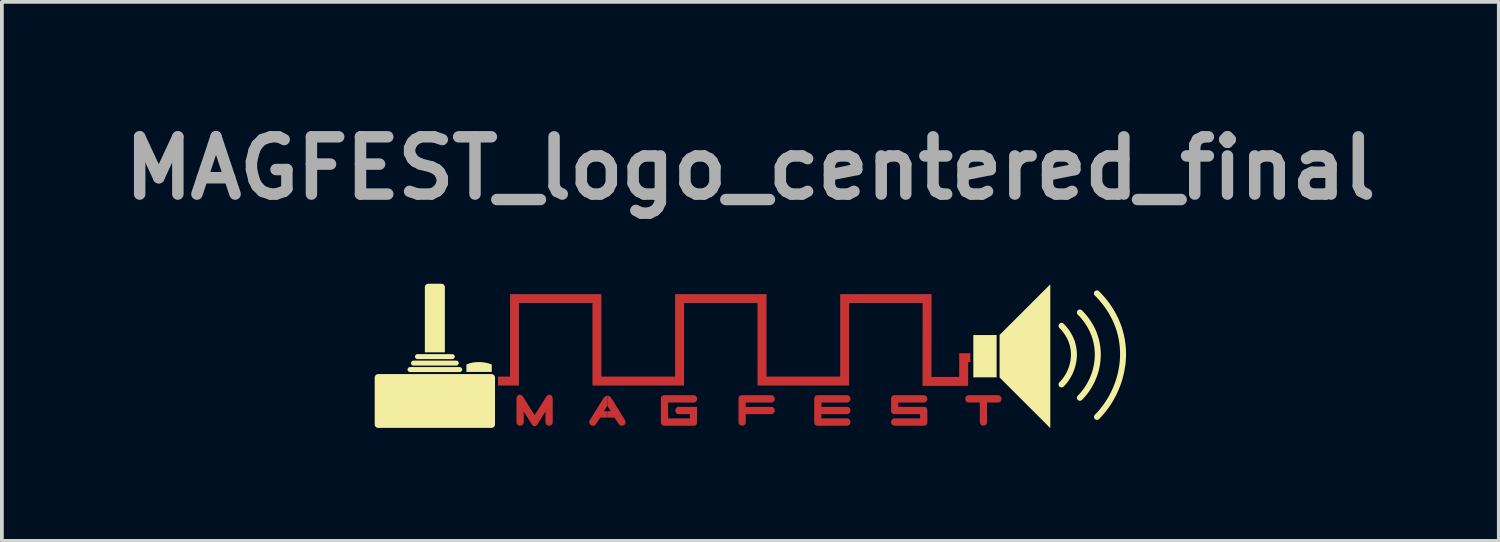
<source format=kicad_pcb>
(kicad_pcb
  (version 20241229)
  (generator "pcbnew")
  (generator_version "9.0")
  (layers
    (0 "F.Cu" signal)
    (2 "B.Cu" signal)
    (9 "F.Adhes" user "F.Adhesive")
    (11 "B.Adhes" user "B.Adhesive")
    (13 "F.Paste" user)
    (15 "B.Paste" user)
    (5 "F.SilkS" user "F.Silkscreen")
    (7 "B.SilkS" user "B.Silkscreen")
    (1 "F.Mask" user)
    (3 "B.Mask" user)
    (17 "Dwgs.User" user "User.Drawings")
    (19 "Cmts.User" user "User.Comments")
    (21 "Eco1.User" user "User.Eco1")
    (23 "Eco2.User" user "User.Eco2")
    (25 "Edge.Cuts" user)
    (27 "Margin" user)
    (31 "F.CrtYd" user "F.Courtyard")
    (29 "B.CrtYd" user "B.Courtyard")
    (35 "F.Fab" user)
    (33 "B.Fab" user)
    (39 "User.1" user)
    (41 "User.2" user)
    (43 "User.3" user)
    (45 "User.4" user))
  (footprint "MAGFEST_logo_centered_final"
    (layer "F.Cu")
    (at 16.924 6.411)
    (property "Reference" "MAGFEST_logo_centered_final" (at 0 -4.984 0) (layer "F.Fab") (effects (font (size 1.524 1.524) (thickness 0.305))))
    (attr smd)
    (fp_poly (pts (xy -3.806 1.656) (xy -3.806 1.485) (xy -3.897 1.485) (xy -3.807 1.339) (xy -3.806 1.342) (xy -3.806 1.071) (xy -3.807 1.071) (xy -3.825 1.073) (xy -3.843 1.079) (xy -3.861 1.09) (xy -3.879 1.105) (xy -3.898 1.125) (xy -3.917 1.149) (xy -3.935 1.177) (xy -4.274 1.724) (xy -4.283 1.742) (xy -4.288 1.759) (xy -4.29 1.777) (xy -4.286 1.803) (xy -4.276 1.825) (xy -4.259 1.845) (xy -4.238 1.861) (xy -4.215 1.87) (xy -4.189 1.873) (xy -4.166 1.87) (xy -4.144 1.862) (xy -4.126 1.847) (xy -4.109 1.827) (xy -3.997 1.656) (xy -3.806 1.656)) (stroke (width 0) (type solid)) (fill yes) (layer "F.Cu"))
    (fp_poly (pts (xy -3.806 1.656) (xy -3.616 1.656) (xy -3.502 1.828) (xy -3.485 1.848) (xy -3.467 1.862) (xy -3.445 1.87) (xy -3.422 1.873) (xy -3.397 1.87) (xy -3.374 1.861) (xy -3.352 1.846) (xy -3.339 1.831) (xy -3.329 1.815) (xy -3.324 1.797) (xy -3.322 1.778) (xy -3.324 1.76) (xy -3.329 1.742) (xy -3.337 1.724) (xy -3.675 1.177) (xy -3.691 1.152) (xy -3.705 1.132) (xy -3.718 1.116) (xy -3.729 1.104) (xy -3.747 1.09) (xy -3.765 1.08) (xy -3.785 1.073) (xy -3.806 1.071) (xy -3.806 1.342) (xy -3.717 1.485) (xy -3.806 1.485) (xy -3.806 1.656)) (stroke (width 0) (type solid)) (fill yes) (layer "F.Cu"))
    (fp_poly (pts (xy 6.589 1.254) (xy 6.301 1.254) (xy 6.301 1.774) (xy 6.299 1.796) (xy 6.294 1.815) (xy 6.285 1.831) (xy 6.272 1.845) (xy 6.252 1.859) (xy 6.229 1.867) (xy 6.204 1.87) (xy 6.179 1.867) (xy 6.157 1.859) (xy 6.137 1.845) (xy 6.124 1.831) (xy 6.115 1.815) (xy 6.11 1.796) (xy 6.108 1.774) (xy 6.108 1.254) (xy 5.817 1.254) (xy 5.796 1.252) (xy 5.777 1.246) (xy 5.76 1.237) (xy 5.746 1.225) (xy 5.731 1.205) (xy 5.723 1.182) (xy 5.72 1.156) (xy 5.723 1.131) (xy 5.731 1.108) (xy 5.746 1.088) (xy 5.76 1.075) (xy 5.776 1.066) (xy 5.796 1.061) (xy 5.817 1.059) (xy 6.589 1.059) (xy 6.611 1.061) (xy 6.63 1.066) (xy 6.646 1.075) (xy 6.661 1.088) (xy 6.675 1.108) (xy 6.683 1.131) (xy 6.686 1.156) (xy 6.683 1.182) (xy 6.675 1.205) (xy 6.661 1.225) (xy 6.647 1.237) (xy 6.63 1.246) (xy 6.611 1.252) (xy 6.589 1.254) (xy 6.589 1.254)) (stroke (width 0) (type solid)) (fill yes) (layer "F.Cu"))
    (fp_poly (pts (xy 0.553 1.563) (xy -0.123 1.563) (xy -0.123 1.774) (xy -0.125 1.796) (xy -0.13 1.815) (xy -0.139 1.831) (xy -0.152 1.845) (xy -0.172 1.859) (xy -0.194 1.867) (xy -0.219 1.87) (xy -0.244 1.867) (xy -0.266 1.859) (xy -0.286 1.845) (xy -0.299 1.831) (xy -0.308 1.815) (xy -0.313 1.796) (xy -0.315 1.774) (xy -0.315 1.156) (xy -0.313 1.131) (xy -0.307 1.109) (xy -0.297 1.091) (xy -0.284 1.077) (xy -0.266 1.067) (xy -0.245 1.061) (xy -0.219 1.059) (xy 0.553 1.059) (xy 0.574 1.061) (xy 0.593 1.066) (xy 0.61 1.075) (xy 0.624 1.088) (xy 0.638 1.108) (xy 0.647 1.131) (xy 0.65 1.156) (xy 0.647 1.182) (xy 0.638 1.205) (xy 0.624 1.225) (xy 0.61 1.237) (xy 0.593 1.246) (xy 0.574 1.252) (xy 0.553 1.254) (xy -0.123 1.254) (xy -0.123 1.369) (xy 0.553 1.369) (xy 0.574 1.37) (xy 0.593 1.376) (xy 0.61 1.385) (xy 0.624 1.397) (xy 0.638 1.417) (xy 0.647 1.44) (xy 0.65 1.466) (xy 0.647 1.491) (xy 0.638 1.514) (xy 0.624 1.534) (xy 0.61 1.547) (xy 0.593 1.556) (xy 0.574 1.561) (xy 0.553 1.563) (xy 0.553 1.563)) (stroke (width 0) (type solid)) (fill yes) (layer "F.Cu"))
    (fp_poly (pts (xy -1.418 1.774) (xy -1.42 1.8) (xy -1.426 1.822) (xy -1.435 1.84) (xy -1.449 1.854) (xy -1.467 1.864) (xy -1.488 1.87) (xy -1.514 1.871) (xy -2.286 1.871) (xy -2.311 1.87) (xy -2.333 1.864) (xy -2.35 1.854) (xy -2.364 1.84) (xy -2.374 1.822) (xy -2.38 1.8) (xy -2.382 1.774) (xy -2.382 1.156) (xy -2.38 1.131) (xy -2.374 1.109) (xy -2.364 1.091) (xy -2.35 1.077) (xy -2.333 1.067) (xy -2.311 1.061) (xy -2.286 1.059) (xy -1.515 1.059) (xy -1.493 1.061) (xy -1.474 1.066) (xy -1.458 1.075) (xy -1.443 1.088) (xy -1.429 1.108) (xy -1.421 1.131) (xy -1.418 1.156) (xy -1.421 1.182) (xy -1.429 1.205) (xy -1.443 1.225) (xy -1.458 1.237) (xy -1.474 1.246) (xy -1.493 1.252) (xy -1.515 1.254) (xy -2.19 1.254) (xy -2.19 1.677) (xy -1.61 1.677) (xy -1.61 1.563) (xy -1.9 1.563) (xy -1.921 1.561) (xy -1.941 1.556) (xy -1.957 1.547) (xy -1.971 1.534) (xy -1.986 1.514) (xy -1.994 1.491) (xy -1.997 1.466) (xy -1.994 1.44) (xy -1.986 1.417) (xy -1.971 1.397) (xy -1.957 1.385) (xy -1.94 1.376) (xy -1.921 1.37) (xy -1.9 1.369) (xy -1.418 1.369) (xy -1.418 1.774) (xy -1.418 1.774)) (stroke (width 0) (type solid)) (fill yes) (layer "F.Cu"))
    (fp_poly (pts (xy 2.568 1.871) (xy 1.796 1.871) (xy 1.77 1.87) (xy 1.749 1.864) (xy 1.731 1.854) (xy 1.718 1.84) (xy 1.708 1.822) (xy 1.702 1.8) (xy 1.7 1.774) (xy 1.7 1.156) (xy 1.702 1.131) (xy 1.708 1.109) (xy 1.718 1.091) (xy 1.731 1.077) (xy 1.749 1.067) (xy 1.77 1.061) (xy 1.796 1.059) (xy 2.568 1.059) (xy 2.589 1.061) (xy 2.608 1.066) (xy 2.625 1.075) (xy 2.639 1.088) (xy 2.653 1.108) (xy 2.662 1.131) (xy 2.665 1.156) (xy 2.662 1.182) (xy 2.653 1.205) (xy 2.639 1.225) (xy 2.625 1.237) (xy 2.608 1.246) (xy 2.589 1.252) (xy 2.568 1.254) (xy 1.892 1.254) (xy 1.892 1.369) (xy 2.568 1.369) (xy 2.589 1.37) (xy 2.608 1.376) (xy 2.625 1.385) (xy 2.639 1.397) (xy 2.653 1.417) (xy 2.662 1.44) (xy 2.665 1.466) (xy 2.662 1.491) (xy 2.653 1.514) (xy 2.639 1.534) (xy 2.625 1.547) (xy 2.608 1.556) (xy 2.589 1.561) (xy 2.568 1.563) (xy 1.892 1.563) (xy 1.892 1.677) (xy 2.568 1.677) (xy 2.589 1.679) (xy 2.608 1.684) (xy 2.625 1.693) (xy 2.639 1.706) (xy 2.653 1.726) (xy 2.662 1.749) (xy 2.665 1.774) (xy 2.662 1.8) (xy 2.653 1.823) (xy 2.639 1.843) (xy 2.625 1.855) (xy 2.608 1.864) (xy 2.589 1.87) (xy 2.568 1.871)) (stroke (width 0) (type solid)) (fill yes) (layer "F.Cu"))
    (fp_poly (pts (xy 4.711 1.774) (xy 4.709 1.8) (xy 4.703 1.822) (xy 4.693 1.84) (xy 4.679 1.854) (xy 4.661 1.864) (xy 4.64 1.87) (xy 4.614 1.871) (xy 3.842 1.871) (xy 3.821 1.87) (xy 3.802 1.864) (xy 3.785 1.855) (xy 3.771 1.843) (xy 3.758 1.823) (xy 3.749 1.8) (xy 3.746 1.774) (xy 3.749 1.749) (xy 3.758 1.726) (xy 3.771 1.706) (xy 3.785 1.693) (xy 3.802 1.684) (xy 3.821 1.679) (xy 3.842 1.677) (xy 4.518 1.677) (xy 4.518 1.563) (xy 3.842 1.563) (xy 3.817 1.561) (xy 3.795 1.555) (xy 3.778 1.545) (xy 3.764 1.531) (xy 3.754 1.513) (xy 3.748 1.491) (xy 3.746 1.466) (xy 3.746 1.156) (xy 3.748 1.131) (xy 3.754 1.109) (xy 3.764 1.091) (xy 3.778 1.077) (xy 3.795 1.067) (xy 3.817 1.061) (xy 3.842 1.059) (xy 4.614 1.059) (xy 4.635 1.061) (xy 4.655 1.066) (xy 4.671 1.075) (xy 4.685 1.088) (xy 4.7 1.108) (xy 4.708 1.131) (xy 4.711 1.156) (xy 4.708 1.182) (xy 4.7 1.205) (xy 4.685 1.225) (xy 4.671 1.237) (xy 4.655 1.246) (xy 4.635 1.252) (xy 4.614 1.254) (xy 3.939 1.254) (xy 3.939 1.369) (xy 4.614 1.369) (xy 4.64 1.37) (xy 4.661 1.376) (xy 4.679 1.386) (xy 4.693 1.4) (xy 4.703 1.418) (xy 4.709 1.44) (xy 4.711 1.466) (xy 4.711 1.774)) (stroke (width 0) (type solid)) (fill yes) (layer "F.Cu"))
    (fp_poly (pts (xy -5.261 1.774) (xy -5.263 1.796) (xy -5.268 1.815) (xy -5.277 1.831) (xy -5.29 1.845) (xy -5.31 1.859) (xy -5.333 1.867) (xy -5.358 1.87) (xy -5.383 1.867) (xy -5.405 1.859) (xy -5.425 1.845) (xy -5.438 1.831) (xy -5.447 1.815) (xy -5.452 1.796) (xy -5.454 1.774) (xy -5.454 1.493) (xy -5.661 1.826) (xy -5.676 1.847) (xy -5.692 1.863) (xy -5.709 1.875) (xy -5.726 1.882) (xy -5.744 1.885) (xy -5.761 1.882) (xy -5.778 1.875) (xy -5.795 1.864) (xy -5.81 1.847) (xy -5.825 1.826) (xy -6.033 1.493) (xy -6.033 1.774) (xy -6.035 1.796) (xy -6.04 1.815) (xy -6.049 1.831) (xy -6.061 1.845) (xy -6.082 1.859) (xy -6.105 1.867) (xy -6.13 1.87) (xy -6.155 1.867) (xy -6.177 1.859) (xy -6.197 1.845) (xy -6.21 1.831) (xy -6.219 1.815) (xy -6.224 1.796) (xy -6.226 1.774) (xy -6.226 1.157) (xy -6.224 1.132) (xy -6.219 1.11) (xy -6.211 1.091) (xy -6.2 1.075) (xy -6.182 1.058) (xy -6.161 1.048) (xy -6.139 1.045) (xy -6.118 1.047) (xy -6.098 1.055) (xy -6.08 1.067) (xy -6.063 1.084) (xy -6.047 1.105) (xy -5.744 1.592) (xy -5.438 1.105) (xy -5.422 1.084) (xy -5.406 1.067) (xy -5.388 1.055) (xy -5.369 1.047) (xy -5.348 1.045) (xy -5.325 1.048) (xy -5.305 1.058) (xy -5.287 1.075) (xy -5.276 1.091) (xy -5.268 1.11) (xy -5.263 1.132) (xy -5.261 1.157) (xy -5.261 1.774)) (stroke (width 0) (type solid)) (fill yes) (layer "F.Cu"))
    (fp_poly (pts (xy 5.559 -0.059) (xy 5.559 -0.057) (xy 5.559 -0.05) (xy 5.559 -0.038) (xy 5.559 -0.023) (xy 5.559 -0.005) (xy 5.559 0.017) (xy 5.559 0.042) (xy 5.559 0.07) (xy 5.559 0.099) (xy 5.559 0.131) (xy 5.559 0.164) (xy 5.559 0.198) (xy 5.559 0.233) (xy 5.559 0.268) (xy 5.559 0.304) (xy 5.559 0.339) (xy 5.559 0.374) (xy 5.559 0.408) (xy 5.559 0.44) (xy 5.559 0.471) (xy 5.559 0.5) (xy 5.559 0.527) (xy 5.559 0.551) (xy 5.559 0.573) (xy 5.541 0.573) (xy 5.521 0.573) (xy 5.499 0.573) (xy 5.476 0.573) (xy 5.452 0.573) (xy 5.426 0.573) (xy 5.399 0.573) (xy 5.371 0.573) (xy 5.342 0.573) (xy 5.313 0.573) (xy 5.282 0.573) (xy 5.252 0.573) (xy 5.221 0.573) (xy 5.19 0.573) (xy 5.159 0.573) (xy 5.128 0.573) (xy 5.097 0.573) (xy 5.067 0.573) (xy 5.038 0.573) (xy 5.009 0.573) (xy 4.981 0.573) (xy 4.954 0.573) (xy 4.928 0.573) (xy 4.903 0.573) (xy 4.88 0.573) (xy 4.859 0.573) (xy 4.839 0.573) (xy 4.821 0.573) (xy 4.821 0.564) (xy 4.821 0.554) (xy 4.821 0.543) (xy 4.821 0.53) (xy 4.821 0.516) (xy 4.821 0.501) (xy 4.821 0.484) (xy 4.821 0.467) (xy 4.821 0.447) (xy 4.821 0.427) (xy 4.821 0.406) (xy 4.821 0.383) (xy 4.821 0.36) (xy 4.821 0.335) (xy 4.821 0.31) (xy 4.821 0.283) (xy 4.822 0.256) (xy 4.822 0.228) (xy 4.822 0.199) (xy 4.822 0.169) (xy 4.822 0.138) (xy 4.822 0.107) (xy 4.822 0.075) (xy 4.822 0.042) (xy 4.822 0.009) (xy 4.822 -0.025) (xy 4.822 -0.059) (xy 4.822 -0.094) (xy 4.822 -0.129) (xy 4.822 -0.164) (xy 4.822 -0.2) (xy 4.822 -0.237) (xy 4.822 -0.273) (xy 4.822 -0.31) (xy 4.822 -0.347) (xy 4.822 -0.384) (xy 4.822 -0.422) (xy 4.823 -0.459) (xy 4.823 -0.497) (xy 4.823 -0.534) (xy 4.823 -0.572) (xy 4.823 -0.609) (xy 4.823 -0.647) (xy 4.823 -0.684) (xy 4.823 -0.721) (xy 4.823 -0.758) (xy 4.823 -0.795) (xy 4.823 -0.831) (xy 4.823 -0.867) (xy 4.823 -0.903) (xy 4.823 -0.938) (xy 4.823 -0.973) (xy 4.823 -1.007) (xy 4.823 -1.041) (xy 4.823 -1.075) (xy 4.823 -1.107) (xy 4.823 -1.14) (xy 4.824 -1.171) (xy 4.824 -1.202) (xy 4.824 -1.232) (xy 4.824 -1.261) (xy 4.824 -1.289) (xy 4.824 -1.317) (xy 4.824 -1.344) (xy 4.824 -1.37) (xy 4.824 -1.394) (xy 4.824 -1.418) (xy 4.824 -1.441) (xy 4.824 -1.462) (xy 4.824 -1.483) (xy 4.824 -1.502) (xy 4.824 -1.521) (xy 4.824 -1.537) (xy 4.824 -1.553) (xy 4.824 -1.568) (xy 4.824 -1.581) (xy 4.824 -1.592) (xy 4.824 -1.602) (xy 4.824 -1.611) (xy 4.824 -1.618) (xy 4.824 -1.624) (xy 4.824 -1.628) (xy 4.824 -1.631) (xy 4.824 -1.631) (xy 2.391 -1.631) (xy 2.391 -1.631) (xy 2.391 -1.628) (xy 2.391 -1.624) (xy 2.391 -1.618) (xy 2.391 -1.611) (xy 2.391 -1.602) (xy 2.391 -1.591) (xy 2.391 -1.58) (xy 2.391 -1.566) (xy 2.391 -1.552) (xy 2.391 -1.536) (xy 2.391 -1.519) (xy 2.391 -1.5) (xy 2.391 -1.48) (xy 2.391 -1.459) (xy 2.391 -1.437) (xy 2.391 -1.414) (xy 2.391 -1.39) (xy 2.391 -1.365) (xy 2.391 -1.339) (xy 2.391 -1.312) (xy 2.391 -1.284) (xy 2.391 -1.255) (xy 2.391 -1.225) (xy 2.391 -1.195) (xy 2.391 -1.163) (xy 2.391 -1.132) (xy 2.391 -1.099) (xy 2.391 -1.066) (xy 2.391 -1.032) (xy 2.391 -0.998) (xy 2.391 -0.963) (xy 2.391 -0.928) (xy 2.391 -0.892) (xy 2.391 -0.856) (xy 2.391 -0.819) (xy 2.391 -0.782) (xy 2.391 -0.745) (xy 2.391 -0.708) (xy 2.391 -0.671) (xy 2.391 -0.633) (xy 2.391 -0.595) (xy 2.391 -0.558) (xy 2.391 -0.52) (xy 2.391 -0.482) (xy 2.391 -0.444) (xy 2.391 -0.406) (xy 2.391 -0.369) (xy 2.391 -0.331) (xy 2.391 -0.294) (xy 2.391 -0.257) (xy 2.391 -0.221) (xy 2.391 -0.184) (xy 2.391 -0.148) (xy 2.391 -0.113) (xy 2.391 -0.077) (xy 2.391 -0.043) (xy 2.391 -0.008) (xy 2.391 0.025) (xy 2.391 0.058) (xy 2.391 0.091) (xy 2.391 0.122) (xy 2.391 0.153) (xy 2.391 0.184) (xy 2.391 0.213) (xy 2.391 0.242) (xy 2.391 0.269) (xy 2.391 0.296) (xy 2.391 0.322) (xy 2.391 0.347) (xy 2.391 0.371) (xy 2.391 0.394) (xy 2.391 0.415) (xy 2.391 0.436) (xy 2.391 0.455) (xy 2.391 0.473) (xy 2.391 0.49) (xy 2.391 0.506) (xy 2.391 0.52) (xy 2.391 0.533) (xy 2.391 0.544) (xy 2.391 0.554) (xy 2.391 0.563) (xy 2.383 0.563) (xy 2.373 0.563) (xy 2.361 0.563) (xy 2.348 0.563) (xy 2.334 0.563) (xy 2.319 0.563) (xy 2.302 0.563) (xy 2.284 0.563) (xy 2.265 0.563) (xy 2.245 0.563) (xy 2.224 0.563) (xy 2.202 0.563) (xy 2.179 0.563) (xy 2.155 0.563) (xy 2.13 0.563) (xy 2.104 0.563) (xy 2.077 0.563) (xy 2.05 0.563) (xy 2.021 0.563) (xy 1.992 0.563) (xy 1.963 0.563) (xy 1.932 0.563) (xy 1.902 0.563) (xy 1.87 0.563) (xy 1.838 0.563) (xy 1.806 0.563) (xy 1.773 0.563) (xy 1.74 0.563) (xy 1.706 0.563) (xy 1.672 0.563) (xy 1.638 0.563) (xy 1.603 0.563) (xy 1.568 0.563) (xy 1.534 0.563) (xy 1.499 0.563) (xy 1.463 0.563) (xy 1.428 0.563) (xy 1.393 0.563) (xy 1.358 0.563) (xy 1.323 0.563) (xy 1.288 0.563) (xy 1.253 0.563) (xy 1.218 0.563) (xy 1.183 0.563) (xy 1.149 0.563) (xy 1.115 0.563) (xy 1.082 0.563) (xy 1.048 0.563) (xy 1.015 0.563) (xy 0.983 0.563) (xy 0.951 0.563) (xy 0.92 0.563) (xy 0.889 0.563) (xy 0.858 0.563) (xy 0.829 0.563) (xy 0.8 0.563) (xy 0.772 0.563) (xy 0.744 0.563) (xy 0.718 0.563) (xy 0.692 0.563) (xy 0.667 0.563) (xy 0.643 0.563) (xy 0.619 0.563) (xy 0.597 0.563) (xy 0.576 0.563) (xy 0.556 0.563) (xy 0.537 0.563) (xy 0.519 0.563) (xy 0.503 0.563) (xy 0.487 0.563) (xy 0.473 0.563) (xy 0.46 0.563) (xy 0.449 0.563) (xy 0.439 0.563) (xy 0.43 0.563) (xy 0.43 0.554) (xy 0.43 0.544) (xy 0.43 0.533) (xy 0.43 0.52) (xy 0.43 0.506) (xy 0.43 0.49) (xy 0.43 0.473) (xy 0.43 0.455) (xy 0.43 0.436) (xy 0.43 0.415) (xy 0.43 0.394) (xy 0.43 0.371) (xy 0.43 0.347) (xy 0.43 0.322) (xy 0.43 0.296) (xy 0.43 0.269) (xy 0.43 0.242) (xy 0.43 0.213) (xy 0.43 0.184) (xy 0.43 0.153) (xy 0.43 0.122) (xy 0.43 0.091) (xy 0.43 0.058) (xy 0.43 0.025) (xy 0.43 -0.008) (xy 0.43 -0.043) (xy 0.43 -0.077) (xy 0.43 -0.113) (xy 0.43 -0.148) (xy 0.43 -0.184) (xy 0.43 -0.221) (xy 0.43 -0.257) (xy 0.43 -0.294) (xy 0.43 -0.331) (xy 0.43 -0.369) (xy 0.43 -0.406) (xy 0.43 -0.444) (xy 0.43 -0.482) (xy 0.43 -0.52) (xy 0.43 -0.558) (xy 0.43 -0.595) (xy 0.43 -0.633) (xy 0.43 -0.671) (xy 0.43 -0.708) (xy 0.43 -0.745) (xy 0.43 -0.782) (xy 0.43 -0.819) (xy 0.43 -0.856) (xy 0.43 -0.892) (xy 0.43 -0.928) (xy 0.43 -0.963) (xy 0.43 -0.998) (xy 0.43 -1.032) (xy 0.43 -1.066) (xy 0.43 -1.099) (xy 0.43 -1.132) (xy 0.43 -1.163) (xy 0.43 -1.195) (xy 0.43 -1.225) (xy 0.43 -1.255) (xy 0.43 -1.284) (xy 0.43 -1.312) (xy 0.43 -1.339) (xy 0.43 -1.365) (xy 0.43 -1.39) (xy 0.43 -1.414) (xy 0.43 -1.437) (xy 0.43 -1.459) (xy 0.43 -1.48) (xy 0.43 -1.5) (xy 0.43 -1.519) (xy 0.43 -1.536) (xy 0.43 -1.552) (xy 0.43 -1.566) (xy 0.43 -1.58) (xy 0.43 -1.591) (xy 0.43 -1.602) (xy 0.43 -1.611) (xy 0.43 -1.618) (xy 0.43 -1.624) (xy 0.43 -1.628) (xy 0.43 -1.631) (xy 0.43 -1.631) (xy -2.003 -1.631) (xy -2.003 -1.631) (xy -2.003 -1.628) (xy -2.003 -1.624) (xy -2.003 -1.618) (xy -2.003 -1.611) (xy -2.003 -1.602) (xy -2.003 -1.591) (xy -2.003 -1.58) (xy -2.003 -1.566) (xy -2.003 -1.552) (xy -2.003 -1.536) (xy -2.003 -1.519) (xy -2.003 -1.5) (xy -2.003 -1.48) (xy -2.003 -1.459) (xy -2.003 -1.437) (xy -2.003 -1.414) (xy -2.003 -1.39) (xy -2.003 -1.365) (xy -2.003 -1.339) (xy -2.003 -1.312) (xy -2.003 -1.284) (xy -2.003 -1.255) (xy -2.003 -1.225) (xy -2.003 -1.195) (xy -2.003 -1.163) (xy -2.003 -1.132) (xy -2.003 -1.099) (xy -2.003 -1.066) (xy -2.003 -1.032) (xy -2.003 -0.998) (xy -2.003 -0.963) (xy -2.003 -0.928) (xy -2.003 -0.892) (xy -2.003 -0.856) (xy -2.003 -0.819) (xy -2.003 -0.782) (xy -2.003 -0.745) (xy -2.003 -0.708) (xy -2.003 -0.671) (xy -2.003 -0.633) (xy -2.003 -0.595) (xy -2.003 -0.558) (xy -2.003 -0.52) (xy -2.003 -0.482) (xy -2.003 -0.444) (xy -2.003 -0.406) (xy -2.003 -0.369) (xy -2.003 -0.331) (xy -2.003 -0.294) (xy -2.003 -0.257) (xy -2.003 -0.221) (xy -2.003 -0.184) (xy -2.003 -0.148) (xy -2.003 -0.113) (xy -2.003 -0.077) (xy -2.003 -0.043) (xy -2.003 -0.008) (xy -2.003 0.025) (xy -2.003 0.058) (xy -2.003 0.091) (xy -2.003 0.122) (xy -2.003 0.153) (xy -2.003 0.184) (xy -2.003 0.213) (xy -2.003 0.242) (xy -2.003 0.269) (xy -2.003 0.296) (xy -2.003 0.322) (xy -2.003 0.347) (xy -2.003 0.371) (xy -2.003 0.394) (xy -2.003 0.415) (xy -2.003 0.436) (xy -2.003 0.455) (xy -2.003 0.473) (xy -2.003 0.49) (xy -2.003 0.506) (xy -2.003 0.52) (xy -2.003 0.533) (xy -2.003 0.544) (xy -2.003 0.554) (xy -2.003 0.563) (xy -2.012 0.563) (xy -2.022 0.563) (xy -2.033 0.563) (xy -2.046 0.563) (xy -2.06 0.563) (xy -2.076 0.563) (xy -2.092 0.563) (xy -2.11 0.563) (xy -2.129 0.563) (xy -2.149 0.563) (xy -2.17 0.563) (xy -2.193 0.563) (xy -2.216 0.563) (xy -2.24 0.563) (xy -2.265 0.563) (xy -2.291 0.563) (xy -2.317 0.563) (xy -2.345 0.563) (xy -2.373 0.563) (xy -2.402 0.563) (xy -2.432 0.563) (xy -2.462 0.563) (xy -2.493 0.563) (xy -2.524 0.563) (xy -2.556 0.563) (xy -2.589 0.563) (xy -2.621 0.563) (xy -2.655 0.563) (xy -2.688 0.563) (xy -2.722 0.563) (xy -2.757 0.563) (xy -2.791 0.563) (xy -2.826 0.563) (xy -2.861 0.563) (xy -2.896 0.563) (xy -2.931 0.563) (xy -2.966 0.563) (xy -3.001 0.563) (xy -3.036 0.563) (xy -3.072 0.563) (xy -3.107 0.563) (xy -3.142 0.563) (xy -3.176 0.563) (xy -3.211 0.563) (xy -3.245 0.563) (xy -3.279 0.563) (xy -3.313 0.563) (xy -3.346 0.563) (xy -3.379 0.563) (xy -3.411 0.563) (xy -3.443 0.563) (xy -3.475 0.563) (xy -3.506 0.563) (xy -3.536 0.563) (xy -3.565 0.563) (xy -3.594 0.563) (xy -3.623 0.563) (xy -3.65 0.563) (xy -3.677 0.563) (xy -3.703 0.563) (xy -3.728 0.563) (xy -3.752 0.563) (xy -3.775 0.563) (xy -3.797 0.563) (xy -3.818 0.563) (xy -3.838 0.563) (xy -3.857 0.563) (xy -3.875 0.563) (xy -3.892 0.563) (xy -3.907 0.563) (xy -3.921 0.563) (xy -3.934 0.563) (xy -3.946 0.563) (xy -3.956 0.563) (xy -3.965 0.563) (xy -3.965 0.554) (xy -3.965 0.544) (xy -3.965 0.533) (xy -3.965 0.52) (xy -3.965 0.506) (xy -3.965 0.49) (xy -3.965 0.473) (xy -3.965 0.455) (xy -3.965 0.436) (xy -3.965 0.415) (xy -3.965 0.394) (xy -3.965 0.371) (xy -3.965 0.347) (xy -3.965 0.322) (xy -3.965 0.296) (xy -3.965 0.269) (xy -3.965 0.242) (xy -3.965 0.213) (xy -3.965 0.184) (xy -3.965 0.153) (xy -3.965 0.122) (xy -3.965 0.091) (xy -3.965 0.058) (xy -3.965 0.025) (xy -3.965 -0.008) (xy -3.965 -0.043) (xy -3.965 -0.077) (xy -3.965 -0.113) (xy -3.965 -0.148) (xy -3.965 -0.184) (xy -3.965 -0.221) (xy -3.965 -0.257) (xy -3.965 -0.294) (xy -3.965 -0.331) (xy -3.965 -0.369) (xy -3.965 -0.406) (xy -3.965 -0.444) (xy -3.965 -0.482) (xy -3.965 -0.52) (xy -3.965 -0.558) (xy -3.965 -0.595) (xy -3.965 -0.633) (xy -3.965 -0.671) (xy -3.965 -0.708) (xy -3.965 -0.745) (xy -3.965 -0.782) (xy -3.965 -0.819) (xy -3.965 -0.856) (xy -3.965 -0.892) (xy -3.965 -0.928) (xy -3.965 -0.963) (xy -3.965 -0.998) (xy -3.965 -1.032) (xy -3.965 -1.066) (xy -3.965 -1.099) (xy -3.965 -1.132) (xy -3.965 -1.163) (xy -3.965 -1.195) (xy -3.965 -1.225) (xy -3.965 -1.255) (xy -3.965 -1.284) (xy -3.965 -1.312) (xy -3.965 -1.339) (xy -3.965 -1.365) (xy -3.965 -1.39) (xy -3.965 -1.414) (xy -3.965 -1.437) (xy -3.965 -1.459) (xy -3.965 -1.48) (xy -3.965 -1.5) (xy -3.965 -1.519) (xy -3.965 -1.536) (xy -3.965 -1.552) (xy -3.965 -1.566) (xy -3.965 -1.58) (xy -3.965 -1.591) (xy -3.965 -1.602) (xy -3.965 -1.611) (xy -3.965 -1.618) (xy -3.965 -1.624) (xy -3.965 -1.628) (xy -3.965 -1.631) (xy -3.965 -1.631) (xy -6.397 -1.631) (xy -6.397 -1.631) (xy -6.397 -1.628) (xy -6.397 -1.624) (xy -6.397 -1.618) (xy -6.397 -1.611) (xy -6.397 -1.602) (xy -6.397 -1.591) (xy -6.397 -1.58) (xy -6.397 -1.566) (xy -6.397 -1.552) (xy -6.397 -1.536) (xy -6.397 -1.519) (xy -6.397 -1.5) (xy -6.397 -1.48) (xy -6.397 -1.459) (xy -6.397 -1.437) (xy -6.397 -1.414) (xy -6.397 -1.39) (xy -6.397 -1.365) (xy -6.397 -1.339) (xy -6.397 -1.312) (xy -6.397 -1.284) (xy -6.397 -1.255) (xy -6.397 -1.225) (xy -6.397 -1.195) (xy -6.397 -1.163) (xy -6.397 -1.132) (xy -6.397 -1.099) (xy -6.397 -1.066) (xy -6.397 -1.032) (xy -6.397 -0.998) (xy -6.397 -0.963) (xy -6.397 -0.928) (xy -6.397 -0.892) (xy -6.397 -0.856) (xy -6.397 -0.819) (xy -6.397 -0.782) (xy -6.397 -0.745) (xy -6.397 -0.708) (xy -6.397 -0.671) (xy -6.397 -0.633) (xy -6.397 -0.595) (xy -6.397 -0.558) (xy -6.397 -0.52) (xy -6.397 -0.482) (xy -6.397 -0.444) (xy -6.397 -0.406) (xy -6.397 -0.369) (xy -6.397 -0.331) (xy -6.397 -0.294) (xy -6.397 -0.257) (xy -6.397 -0.221) (xy -6.397 -0.184) (xy -6.397 -0.148) (xy -6.397 -0.113) (xy -6.397 -0.077) (xy -6.397 -0.043) (xy -6.397 -0.008) (xy -6.397 0.025) (xy -6.397 0.058) (xy -6.397 0.091) (xy -6.397 0.122) (xy -6.397 0.153) (xy -6.397 0.184) (xy -6.397 0.213) (xy -6.397 0.242) (xy -6.397 0.269) (xy -6.397 0.296) (xy -6.397 0.322) (xy -6.397 0.347) (xy -6.397 0.371) (xy -6.397 0.394) (xy -6.397 0.415) (xy -6.397 0.436) (xy -6.397 0.455) (xy -6.397 0.473) (xy -6.397 0.49) (xy -6.397 0.506) (xy -6.397 0.52) (xy -6.397 0.533) (xy -6.397 0.544) (xy -6.397 0.554) (xy -6.397 0.563) (xy -6.416 0.563) (xy -6.437 0.563) (xy -6.46 0.563) (xy -6.483 0.563) (xy -6.508 0.563) (xy -6.533 0.563) (xy -6.559 0.563) (xy -6.586 0.563) (xy -6.612 0.563) (xy -6.639 0.563) (xy -6.665 0.563) (xy -6.692 0.563) (xy -6.717 0.563) (xy -6.717 0.801) (xy -6.159 0.801) (xy -6.159 0.8) (xy -6.159 0.798) (xy -6.159 0.793) (xy -6.159 0.788) (xy -6.159 0.78) (xy -6.159 0.771) (xy -6.159 0.761) (xy -6.159 0.749) (xy -6.159 0.736) (xy -6.159 0.721) (xy -6.159 0.705) (xy -6.159 0.688) (xy -6.159 0.67) (xy -6.159 0.65) (xy -6.159 0.629) (xy -6.159 0.607) (xy -6.159 0.584) (xy -6.159 0.56) (xy -6.159 0.535) (xy -6.159 0.508) (xy -6.159 0.481) (xy -6.159 0.453) (xy -6.159 0.424) (xy -6.159 0.395) (xy -6.159 0.364) (xy -6.159 0.333) (xy -6.159 0.301) (xy -6.159 0.269) (xy -6.159 0.235) (xy -6.159 0.202) (xy -6.159 0.167) (xy -6.159 0.132) (xy -6.159 0.097) (xy -6.159 0.061) (xy -6.159 0.025) (xy -6.159 -0.011) (xy -6.159 -0.048) (xy -6.159 -0.085) (xy -6.159 -0.122) (xy -6.159 -0.16) (xy -6.159 -0.197) (xy -6.159 -0.235) (xy -6.159 -0.273) (xy -6.159 -0.311) (xy -6.159 -0.348) (xy -6.159 -0.386) (xy -6.159 -0.424) (xy -6.159 -0.462) (xy -6.159 -0.499) (xy -6.159 -0.536) (xy -6.159 -0.573) (xy -6.159 -0.61) (xy -6.159 -0.646) (xy -6.159 -0.682) (xy -6.159 -0.718) (xy -6.159 -0.753) (xy -6.159 -0.788) (xy -6.159 -0.822) (xy -6.159 -0.855) (xy -6.159 -0.889) (xy -6.159 -0.921) (xy -6.159 -0.953) (xy -6.159 -0.984) (xy -6.159 -1.014) (xy -6.159 -1.043) (xy -6.159 -1.072) (xy -6.159 -1.1) (xy -6.159 -1.127) (xy -6.159 -1.152) (xy -6.159 -1.177) (xy -6.159 -1.201) (xy -6.159 -1.224) (xy -6.159 -1.246) (xy -6.159 -1.266) (xy -6.159 -1.286) (xy -6.159 -1.304) (xy -6.159 -1.321) (xy -6.159 -1.336) (xy -6.159 -1.35) (xy -6.159 -1.363) (xy -6.159 -1.375) (xy -6.159 -1.385) (xy -6.159 -1.393) (xy -6.15 -1.393) (xy -6.14 -1.393) (xy -6.128 -1.393) (xy -6.115 -1.393) (xy -6.1 -1.393) (xy -6.085 -1.393) (xy -6.068 -1.393) (xy -6.05 -1.393) (xy -6.03 -1.393) (xy -6.01 -1.393) (xy -5.988 -1.393) (xy -5.966 -1.393) (xy -5.942 -1.393) (xy -5.918 -1.393) (xy -5.892 -1.393) (xy -5.866 -1.393) (xy -5.839 -1.393) (xy -5.811 -1.393) (xy -5.782 -1.393) (xy -5.753 -1.393) (xy -5.723 -1.393) (xy -5.692 -1.393) (xy -5.661 -1.393) (xy -5.629 -1.393) (xy -5.596 -1.393) (xy -5.563 -1.393) (xy -5.53 -1.393) (xy -5.496 -1.393) (xy -5.462 -1.393) (xy -5.428 -1.393) (xy -5.393 -1.393) (xy -5.358 -1.393) (xy -5.323 -1.393) (xy -5.287 -1.393) (xy -5.252 -1.393) (xy -5.216 -1.393) (xy -5.181 -1.393) (xy -5.145 -1.393) (xy -5.11 -1.393) (xy -5.074 -1.393) (xy -5.039 -1.393) (xy -5.004 -1.393) (xy -4.969 -1.393) (xy -4.934 -1.393) (xy -4.9 -1.393) (xy -4.866 -1.393) (xy -4.832 -1.393) (xy -4.798 -1.393) (xy -4.765 -1.393) (xy -4.733 -1.393) (xy -4.701 -1.393) (xy -4.67 -1.393) (xy -4.639 -1.393) (xy -4.609 -1.393) (xy -4.579 -1.393) (xy -4.551 -1.393) (xy -4.523 -1.393) (xy -4.496 -1.393) (xy -4.469 -1.393) (xy -4.444 -1.393) (xy -4.419 -1.393) (xy -4.396 -1.393) (xy -4.373 -1.393) (xy -4.352 -1.393) (xy -4.331 -1.393) (xy -4.312 -1.393) (xy -4.294 -1.393) (xy -4.277 -1.393) (xy -4.261 -1.393) (xy -4.247 -1.393) (xy -4.234 -1.393) (xy -4.222 -1.393) (xy -4.212 -1.393) (xy -4.203 -1.393) (xy -4.203 -1.385) (xy -4.203 -1.375) (xy -4.203 -1.363) (xy -4.203 -1.35) (xy -4.203 -1.336) (xy -4.203 -1.321) (xy -4.203 -1.304) (xy -4.203 -1.286) (xy -4.203 -1.266) (xy -4.203 -1.246) (xy -4.203 -1.224) (xy -4.203 -1.201) (xy -4.203 -1.177) (xy -4.203 -1.152) (xy -4.203 -1.127) (xy -4.203 -1.1) (xy -4.203 -1.072) (xy -4.203 -1.043) (xy -4.203 -1.014) (xy -4.203 -0.984) (xy -4.203 -0.953) (xy -4.203 -0.921) (xy -4.203 -0.889) (xy -4.203 -0.855) (xy -4.203 -0.822) (xy -4.203 -0.788) (xy -4.203 -0.753) (xy -4.203 -0.718) (xy -4.203 -0.682) (xy -4.203 -0.646) (xy -4.203 -0.61) (xy -4.203 -0.573) (xy -4.203 -0.536) (xy -4.203 -0.499) (xy -4.203 -0.462) (xy -4.203 -0.424) (xy -4.203 -0.386) (xy -4.203 -0.348) (xy -4.203 -0.311) (xy -4.203 -0.273) (xy -4.203 -0.235) (xy -4.203 -0.197) (xy -4.203 -0.16) (xy -4.203 -0.122) (xy -4.203 -0.085) (xy -4.203 -0.048) (xy -4.203 -0.011) (xy -4.203 0.025) (xy -4.203 0.061) (xy -4.203 0.097) (xy -4.203 0.132) (xy -4.203 0.167) (xy -4.203 0.202) (xy -4.203 0.235) (xy -4.203 0.269) (xy -4.203 0.301) (xy -4.203 0.333) (xy -4.203 0.364) (xy -4.203 0.395) (xy -4.203 0.424) (xy -4.203 0.453) (xy -4.203 0.481) (xy -4.203 0.508) (xy -4.203 0.535) (xy -4.203 0.56) (xy -4.203 0.584) (xy -4.203 0.607) (xy -4.203 0.629) (xy -4.203 0.65) (xy -4.203 0.67) (xy -4.203 0.688) (xy -4.203 0.705) (xy -4.203 0.721) (xy -4.203 0.736) (xy -4.203 0.749) (xy -4.203 0.761) (xy -4.203 0.771) (xy -4.203 0.78) (xy -4.203 0.788) (xy -4.203 0.793) (xy -4.203 0.798) (xy -4.203 0.8) (xy -4.203 0.801) (xy -1.765 0.801) (xy -1.765 0.8) (xy -1.765 0.798) (xy -1.765 0.793) (xy -1.765 0.788) (xy -1.765 0.78) (xy -1.765 0.771) (xy -1.765 0.761) (xy -1.765 0.749) (xy -1.765 0.736) (xy -1.765 0.721) (xy -1.765 0.705) (xy -1.765 0.688) (xy -1.765 0.67) (xy -1.765 0.65) (xy -1.765 0.629) (xy -1.765 0.607) (xy -1.765 0.584) (xy -1.765 0.56) (xy -1.765 0.535) (xy -1.765 0.508) (xy -1.765 0.481) (xy -1.765 0.453) (xy -1.765 0.424) (xy -1.765 0.395) (xy -1.765 0.364) (xy -1.765 0.333) (xy -1.765 0.301) (xy -1.765 0.269) (xy -1.765 0.235) (xy -1.765 0.202) (xy -1.765 0.167) (xy -1.765 0.132) (xy -1.765 0.097) (xy -1.765 0.061) (xy -1.765 0.025) (xy -1.765 -0.011) (xy -1.765 -0.048) (xy -1.765 -0.085) (xy -1.765 -0.122) (xy -1.765 -0.16) (xy -1.765 -0.197) (xy -1.765 -0.235) (xy -1.765 -0.273) (xy -1.765 -0.311) (xy -1.765 -0.348) (xy -1.765 -0.386) (xy -1.765 -0.424) (xy -1.765 -0.462) (xy -1.765 -0.499) (xy -1.765 -0.536) (xy -1.765 -0.573) (xy -1.765 -0.61) (xy -1.765 -0.646) (xy -1.765 -0.682) (xy -1.765 -0.718) (xy -1.765 -0.753) (xy -1.765 -0.788) (xy -1.765 -0.822) (xy -1.765 -0.855) (xy -1.765 -0.889) (xy -1.765 -0.921) (xy -1.765 -0.953) (xy -1.765 -0.984) (xy -1.765 -1.014) (xy -1.765 -1.043) (xy -1.765 -1.072) (xy -1.765 -1.1) (xy -1.765 -1.127) (xy -1.765 -1.152) (xy -1.765 -1.177) (xy -1.765 -1.201) (xy -1.765 -1.224) (xy -1.765 -1.246) (xy -1.765 -1.266) (xy -1.765 -1.286) (xy -1.765 -1.304) (xy -1.765 -1.321) (xy -1.765 -1.336) (xy -1.765 -1.35) (xy -1.765 -1.363) (xy -1.765 -1.375) (xy -1.765 -1.385) (xy -1.765 -1.393) (xy -1.756 -1.393) (xy -1.745 -1.393) (xy -1.734 -1.393) (xy -1.721 -1.393) (xy -1.706 -1.393) (xy -1.69 -1.393) (xy -1.674 -1.393) (xy -1.655 -1.393) (xy -1.636 -1.393) (xy -1.616 -1.393) (xy -1.594 -1.393) (xy -1.572 -1.393) (xy -1.548 -1.393) (xy -1.524 -1.393) (xy -1.498 -1.393) (xy -1.472 -1.393) (xy -1.445 -1.393) (xy -1.417 -1.393) (xy -1.388 -1.393) (xy -1.359 -1.393) (xy -1.328 -1.393) (xy -1.298 -1.393) (xy -1.266 -1.393) (xy -1.234 -1.393) (xy -1.202 -1.393) (xy -1.169 -1.393) (xy -1.136 -1.393) (xy -1.102 -1.393) (xy -1.068 -1.393) (xy -1.033 -1.393) (xy -0.999 -1.393) (xy -0.964 -1.393) (xy -0.928 -1.393) (xy -0.893 -1.393) (xy -0.858 -1.393) (xy -0.822 -1.393) (xy -0.787 -1.393) (xy -0.751 -1.393) (xy -0.715 -1.393) (xy -0.68 -1.393) (xy -0.645 -1.393) (xy -0.609 -1.393) (xy -0.575 -1.393) (xy -0.54 -1.393) (xy -0.505 -1.393) (xy -0.471 -1.393) (xy -0.437 -1.393) (xy -0.404 -1.393) (xy -0.371 -1.393) (xy -0.339 -1.393) (xy -0.307 -1.393) (xy -0.275 -1.393) (xy -0.245 -1.393) (xy -0.215 -1.393) (xy -0.185 -1.393) (xy -0.156 -1.393) (xy -0.128 -1.393) (xy -0.101 -1.393) (xy -0.075 -1.393) (xy -0.05 -1.393) (xy -0.025 -1.393) (xy -0.001 -1.393) (xy 0.021 -1.393) (xy 0.043 -1.393) (xy 0.063 -1.393) (xy 0.082 -1.393) (xy 0.1 -1.393) (xy 0.117 -1.393) (xy 0.133 -1.393) (xy 0.147 -1.393) (xy 0.161 -1.393) (xy 0.172 -1.393) (xy 0.183 -1.393) (xy 0.191 -1.393) (xy 0.191 -1.385) (xy 0.191 -1.375) (xy 0.191 -1.363) (xy 0.191 -1.35) (xy 0.191 -1.336) (xy 0.191 -1.321) (xy 0.191 -1.304) (xy 0.191 -1.286) (xy 0.191 -1.266) (xy 0.191 -1.246) (xy 0.191 -1.224) (xy 0.191 -1.201) (xy 0.191 -1.177) (xy 0.191 -1.152) (xy 0.191 -1.127) (xy 0.191 -1.1) (xy 0.191 -1.072) (xy 0.191 -1.043) (xy 0.191 -1.014) (xy 0.191 -0.984) (xy 0.191 -0.953) (xy 0.191 -0.921) (xy 0.191 -0.889) (xy 0.191 -0.855) (xy 0.191 -0.822) (xy 0.191 -0.788) (xy 0.191 -0.753) (xy 0.191 -0.718) (xy 0.191 -0.682) (xy 0.191 -0.646) (xy 0.191 -0.61) (xy 0.191 -0.573) (xy 0.191 -0.536) (xy 0.191 -0.499) (xy 0.191 -0.462) (xy 0.191 -0.424) (xy 0.191 -0.386) (xy 0.191 -0.348) (xy 0.191 -0.311) (xy 0.191 -0.273) (xy 0.191 -0.235) (xy 0.191 -0.197) (xy 0.191 -0.16) (xy 0.191 -0.122) (xy 0.191 -0.085) (xy 0.191 -0.048) (xy 0.191 -0.011) (xy 0.191 0.025) (xy 0.191 0.061) (xy 0.191 0.097) (xy 0.191 0.132) (xy 0.191 0.167) (xy 0.191 0.202) (xy 0.191 0.235) (xy 0.191 0.269) (xy 0.191 0.301) (xy 0.191 0.333) (xy 0.191 0.364) (xy 0.191 0.395) (xy 0.191 0.424) (xy 0.191 0.453) (xy 0.191 0.481) (xy 0.191 0.508) (xy 0.191 0.535) (xy 0.191 0.56) (xy 0.191 0.584) (xy 0.191 0.607) (xy 0.191 0.629) (xy 0.191 0.65) (xy 0.191 0.67) (xy 0.191 0.688) (xy 0.191 0.705) (xy 0.191 0.721) (xy 0.191 0.736) (xy 0.191 0.749) (xy 0.191 0.761) (xy 0.191 0.771) (xy 0.191 0.78) (xy 0.191 0.788) (xy 0.191 0.793) (xy 0.191 0.798) (xy 0.191 0.8) (xy 0.191 0.801) (xy 2.63 0.801) (xy 2.63 0.8) (xy 2.63 0.798) (xy 2.63 0.793) (xy 2.63 0.788) (xy 2.63 0.78) (xy 2.63 0.771) (xy 2.63 0.761) (xy 2.63 0.749) (xy 2.63 0.736) (xy 2.63 0.721) (xy 2.63 0.705) (xy 2.63 0.688) (xy 2.63 0.67) (xy 2.63 0.65) (xy 2.63 0.629) (xy 2.63 0.607) (xy 2.63 0.584) (xy 2.63 0.56) (xy 2.63 0.535) (xy 2.63 0.508) (xy 2.63 0.481) (xy 2.63 0.453) (xy 2.63 0.424) (xy 2.63 0.395) (xy 2.63 0.364) (xy 2.63 0.333) (xy 2.63 0.301) (xy 2.63 0.269) (xy 2.63 0.235) (xy 2.63 0.202) (xy 2.63 0.167) (xy 2.63 0.132) (xy 2.63 0.097) (xy 2.63 0.061) (xy 2.63 0.025) (xy 2.63 -0.011) (xy 2.63 -0.048) (xy 2.63 -0.085) (xy 2.63 -0.122) (xy 2.63 -0.16) (xy 2.63 -0.197) (xy 2.63 -0.235) (xy 2.63 -0.273) (xy 2.63 -0.311) (xy 2.63 -0.348) (xy 2.63 -0.386) (xy 2.63 -0.424) (xy 2.63 -0.462) (xy 2.63 -0.499) (xy 2.63 -0.536) (xy 2.63 -0.573) (xy 2.63 -0.61) (xy 2.63 -0.646) (xy 2.63 -0.682) (xy 2.63 -0.718) (xy 2.63 -0.753) (xy 2.63 -0.788) (xy 2.63 -0.822) (xy 2.63 -0.855) (xy 2.63 -0.889) (xy 2.63 -0.921) (xy 2.63 -0.953) (xy 2.63 -0.984) (xy 2.63 -1.014) (xy 2.63 -1.043) (xy 2.63 -1.072) (xy 2.63 -1.1) (xy 2.63 -1.127) (xy 2.63 -1.152) (xy 2.63 -1.177) (xy 2.63 -1.201) (xy 2.63 -1.224) (xy 2.63 -1.246) (xy 2.63 -1.266) (xy 2.63 -1.286) (xy 2.63 -1.304) (xy 2.63 -1.321) (xy 2.63 -1.336) (xy 2.63 -1.35) (xy 2.63 -1.363) (xy 2.63 -1.375) (xy 2.63 -1.385) (xy 2.63 -1.393) (xy 2.639 -1.393) (xy 2.649 -1.393) (xy 2.661 -1.393) (xy 2.674 -1.393) (xy 2.688 -1.393) (xy 2.704 -1.393) (xy 2.721 -1.393) (xy 2.739 -1.393) (xy 2.758 -1.393) (xy 2.779 -1.393) (xy 2.8 -1.393) (xy 2.823 -1.393) (xy 2.846 -1.393) (xy 2.871 -1.393) (xy 2.896 -1.393) (xy 2.922 -1.393) (xy 2.95 -1.393) (xy 2.978 -1.393) (xy 3.006 -1.393) (xy 3.036 -1.393) (xy 3.066 -1.393) (xy 3.097 -1.393) (xy 3.128 -1.393) (xy 3.16 -1.393) (xy 3.192 -1.393) (xy 3.225 -1.393) (xy 3.259 -1.393) (xy 3.292 -1.393) (xy 3.326 -1.393) (xy 3.361 -1.393) (xy 3.396 -1.393) (xy 3.431 -1.393) (xy 3.466 -1.393) (xy 3.501 -1.393) (xy 3.536 -1.393) (xy 3.572 -1.393) (xy 3.608 -1.393) (xy 3.643 -1.393) (xy 3.679 -1.393) (xy 3.714 -1.393) (xy 3.749 -1.393) (xy 3.785 -1.393) (xy 3.82 -1.393) (xy 3.854 -1.393) (xy 3.889 -1.393) (xy 3.923 -1.393) (xy 3.957 -1.393) (xy 3.99 -1.393) (xy 4.023 -1.393) (xy 4.055 -1.393) (xy 4.087 -1.393) (xy 4.119 -1.393) (xy 4.149 -1.393) (xy 4.18 -1.393) (xy 4.209 -1.393) (xy 4.238 -1.393) (xy 4.266 -1.393) (xy 4.293 -1.393) (xy 4.319 -1.393) (xy 4.345 -1.393) (xy 4.369 -1.393) (xy 4.393 -1.393) (xy 4.415 -1.393) (xy 4.437 -1.393) (xy 4.457 -1.393) (xy 4.476 -1.393) (xy 4.494 -1.393) (xy 4.511 -1.393) (xy 4.527 -1.393) (xy 4.542 -1.393) (xy 4.555 -1.393) (xy 4.566 -1.393) (xy 4.577 -1.393) (xy 4.586 -1.393) (xy 4.586 -1.385) (xy 4.586 -1.375) (xy 4.586 -1.364) (xy 4.586 -1.351) (xy 4.585 -1.337) (xy 4.585 -1.322) (xy 4.585 -1.305) (xy 4.585 -1.287) (xy 4.585 -1.268) (xy 4.585 -1.248) (xy 4.585 -1.226) (xy 4.585 -1.204) (xy 4.585 -1.18) (xy 4.585 -1.156) (xy 4.585 -1.13) (xy 4.585 -1.104) (xy 4.585 -1.076) (xy 4.585 -1.048) (xy 4.585 -1.019) (xy 4.585 -0.989) (xy 4.585 -0.959) (xy 4.585 -0.927) (xy 4.585 -0.895) (xy 4.585 -0.863) (xy 4.585 -0.83) (xy 4.585 -0.796) (xy 4.585 -0.762) (xy 4.585 -0.727) (xy 4.585 -0.692) (xy 4.585 -0.656) (xy 4.584 -0.62) (xy 4.584 -0.584) (xy 4.584 -0.547) (xy 4.584 -0.51) (xy 4.584 -0.473) (xy 4.584 -0.436) (xy 4.584 -0.399) (xy 4.584 -0.361) (xy 4.584 -0.324) (xy 4.584 -0.286) (xy 4.584 -0.249) (xy 4.584 -0.211) (xy 4.584 -0.174) (xy 4.584 -0.136) (xy 4.584 -0.099) (xy 4.584 -0.062) (xy 4.584 -0.026) (xy 4.584 0.011) (xy 4.584 0.047) (xy 4.584 0.082) (xy 4.583 0.118) (xy 4.583 0.153) (xy 4.583 0.187) (xy 4.583 0.221) (xy 4.583 0.254) (xy 4.583 0.287) (xy 4.583 0.319) (xy 4.583 0.351) (xy 4.583 0.381) (xy 4.583 0.411) (xy 4.583 0.441) (xy 4.583 0.469) (xy 4.583 0.497) (xy 4.583 0.523) (xy 4.583 0.549) (xy 4.583 0.574) (xy 4.583 0.598) (xy 4.583 0.62) (xy 4.583 0.642) (xy 4.583 0.662) (xy 4.583 0.682) (xy 4.583 0.7) (xy 4.583 0.717) (xy 4.583 0.733) (xy 4.583 0.747) (xy 4.583 0.76) (xy 4.583 0.772) (xy 4.583 0.782) (xy 4.583 0.791) (xy 4.582 0.798) (xy 4.582 0.803) (xy 4.582 0.808) (xy 4.582 0.81) (xy 4.582 0.811) (xy 5.797 0.811) (xy 5.797 0.808) (xy 5.797 0.801) (xy 5.797 0.79) (xy 5.797 0.775) (xy 5.797 0.756) (xy 5.797 0.734) (xy 5.797 0.709) (xy 5.797 0.682) (xy 5.797 0.652) (xy 5.797 0.621) (xy 5.797 0.588) (xy 5.797 0.554) (xy 5.797 0.519) (xy 5.797 0.483) (xy 5.797 0.448) (xy 5.797 0.413) (xy 5.797 0.378) (xy 5.797 0.344) (xy 5.797 0.311) (xy 5.797 0.28) (xy 5.797 0.251) (xy 5.797 0.224) (xy 5.797 0.2) (xy 5.797 0.179) (xy 5.816 0.179) (xy 5.836 0.179) (xy 5.856 0.179) (xy 5.856 -0.059) (xy 5.559 -0.059)) (stroke (width 0) (type solid)) (fill yes) (layer "F.Cu"))
    (fp_poly (pts (xy -3.806 1.656) (xy -3.806 1.485) (xy -3.897 1.485) (xy -3.807 1.339) (xy -3.806 1.342) (xy -3.806 1.071) (xy -3.807 1.071) (xy -3.825 1.073) (xy -3.843 1.079) (xy -3.861 1.09) (xy -3.879 1.105) (xy -3.898 1.125) (xy -3.917 1.149) (xy -3.935 1.177) (xy -4.274 1.724) (xy -4.283 1.742) (xy -4.288 1.759) (xy -4.29 1.777) (xy -4.286 1.803) (xy -4.276 1.825) (xy -4.259 1.845) (xy -4.238 1.861) (xy -4.215 1.87) (xy -4.189 1.873) (xy -4.166 1.87) (xy -4.144 1.862) (xy -4.126 1.847) (xy -4.109 1.827) (xy -3.997 1.656) (xy -3.806 1.656)) (stroke (width 0) (type solid)) (fill yes) (layer "F.Mask"))
    (fp_poly (pts (xy -3.806 1.656) (xy -3.616 1.656) (xy -3.502 1.828) (xy -3.485 1.848) (xy -3.467 1.862) (xy -3.445 1.87) (xy -3.422 1.873) (xy -3.397 1.87) (xy -3.374 1.861) (xy -3.352 1.846) (xy -3.339 1.831) (xy -3.329 1.815) (xy -3.324 1.797) (xy -3.322 1.778) (xy -3.324 1.76) (xy -3.329 1.742) (xy -3.337 1.724) (xy -3.675 1.177) (xy -3.691 1.152) (xy -3.705 1.132) (xy -3.718 1.116) (xy -3.729 1.104) (xy -3.747 1.09) (xy -3.765 1.08) (xy -3.785 1.073) (xy -3.806 1.071) (xy -3.806 1.342) (xy -3.717 1.485) (xy -3.806 1.485) (xy -3.806 1.656)) (stroke (width 0) (type solid)) (fill yes) (layer "F.Mask"))
    (fp_poly (pts (xy 6.589 1.254) (xy 6.301 1.254) (xy 6.301 1.774) (xy 6.299 1.796) (xy 6.294 1.815) (xy 6.285 1.831) (xy 6.272 1.845) (xy 6.252 1.859) (xy 6.229 1.867) (xy 6.204 1.87) (xy 6.179 1.867) (xy 6.157 1.859) (xy 6.137 1.845) (xy 6.124 1.831) (xy 6.115 1.815) (xy 6.11 1.796) (xy 6.108 1.774) (xy 6.108 1.254) (xy 5.817 1.254) (xy 5.796 1.252) (xy 5.777 1.246) (xy 5.76 1.237) (xy 5.746 1.225) (xy 5.731 1.205) (xy 5.723 1.182) (xy 5.72 1.156) (xy 5.723 1.131) (xy 5.731 1.108) (xy 5.746 1.088) (xy 5.76 1.075) (xy 5.776 1.066) (xy 5.796 1.061) (xy 5.817 1.059) (xy 6.589 1.059) (xy 6.611 1.061) (xy 6.63 1.066) (xy 6.646 1.075) (xy 6.661 1.088) (xy 6.675 1.108) (xy 6.683 1.131) (xy 6.686 1.156) (xy 6.683 1.182) (xy 6.675 1.205) (xy 6.661 1.225) (xy 6.647 1.237) (xy 6.63 1.246) (xy 6.611 1.252) (xy 6.589 1.254) (xy 6.589 1.254)) (stroke (width 0) (type solid)) (fill yes) (layer "F.Mask"))
    (fp_poly (pts (xy 0.553 1.563) (xy -0.123 1.563) (xy -0.123 1.774) (xy -0.125 1.796) (xy -0.13 1.815) (xy -0.139 1.831) (xy -0.152 1.845) (xy -0.172 1.859) (xy -0.194 1.867) (xy -0.219 1.87) (xy -0.244 1.867) (xy -0.266 1.859) (xy -0.286 1.845) (xy -0.299 1.831) (xy -0.308 1.815) (xy -0.313 1.796) (xy -0.315 1.774) (xy -0.315 1.156) (xy -0.313 1.131) (xy -0.307 1.109) (xy -0.297 1.091) (xy -0.284 1.077) (xy -0.266 1.067) (xy -0.245 1.061) (xy -0.219 1.059) (xy 0.553 1.059) (xy 0.574 1.061) (xy 0.593 1.066) (xy 0.61 1.075) (xy 0.624 1.088) (xy 0.638 1.108) (xy 0.647 1.131) (xy 0.65 1.156) (xy 0.647 1.182) (xy 0.638 1.205) (xy 0.624 1.225) (xy 0.61 1.237) (xy 0.593 1.246) (xy 0.574 1.252) (xy 0.553 1.254) (xy -0.123 1.254) (xy -0.123 1.369) (xy 0.553 1.369) (xy 0.574 1.37) (xy 0.593 1.376) (xy 0.61 1.385) (xy 0.624 1.397) (xy 0.638 1.417) (xy 0.647 1.44) (xy 0.65 1.466) (xy 0.647 1.491) (xy 0.638 1.514) (xy 0.624 1.534) (xy 0.61 1.547) (xy 0.593 1.556) (xy 0.574 1.561) (xy 0.553 1.563) (xy 0.553 1.563)) (stroke (width 0) (type solid)) (fill yes) (layer "F.Mask"))
    (fp_poly (pts (xy -1.418 1.774) (xy -1.42 1.8) (xy -1.426 1.822) (xy -1.435 1.84) (xy -1.449 1.854) (xy -1.467 1.864) (xy -1.488 1.87) (xy -1.514 1.871) (xy -2.286 1.871) (xy -2.311 1.87) (xy -2.333 1.864) (xy -2.35 1.854) (xy -2.364 1.84) (xy -2.374 1.822) (xy -2.38 1.8) (xy -2.382 1.774) (xy -2.382 1.156) (xy -2.38 1.131) (xy -2.374 1.109) (xy -2.364 1.091) (xy -2.35 1.077) (xy -2.333 1.067) (xy -2.311 1.061) (xy -2.286 1.059) (xy -1.515 1.059) (xy -1.493 1.061) (xy -1.474 1.066) (xy -1.458 1.075) (xy -1.443 1.088) (xy -1.429 1.108) (xy -1.421 1.131) (xy -1.418 1.156) (xy -1.421 1.182) (xy -1.429 1.205) (xy -1.443 1.225) (xy -1.458 1.237) (xy -1.474 1.246) (xy -1.493 1.252) (xy -1.515 1.254) (xy -2.19 1.254) (xy -2.19 1.677) (xy -1.61 1.677) (xy -1.61 1.563) (xy -1.9 1.563) (xy -1.921 1.561) (xy -1.941 1.556) (xy -1.957 1.547) (xy -1.971 1.534) (xy -1.986 1.514) (xy -1.994 1.491) (xy -1.997 1.466) (xy -1.994 1.44) (xy -1.986 1.417) (xy -1.971 1.397) (xy -1.957 1.385) (xy -1.94 1.376) (xy -1.921 1.37) (xy -1.9 1.369) (xy -1.418 1.369) (xy -1.418 1.774) (xy -1.418 1.774)) (stroke (width 0) (type solid)) (fill yes) (layer "F.Mask"))
    (fp_poly (pts (xy 2.568 1.871) (xy 1.796 1.871) (xy 1.77 1.87) (xy 1.749 1.864) (xy 1.731 1.854) (xy 1.718 1.84) (xy 1.708 1.822) (xy 1.702 1.8) (xy 1.7 1.774) (xy 1.7 1.156) (xy 1.702 1.131) (xy 1.708 1.109) (xy 1.718 1.091) (xy 1.731 1.077) (xy 1.749 1.067) (xy 1.77 1.061) (xy 1.796 1.059) (xy 2.568 1.059) (xy 2.589 1.061) (xy 2.608 1.066) (xy 2.625 1.075) (xy 2.639 1.088) (xy 2.653 1.108) (xy 2.662 1.131) (xy 2.665 1.156) (xy 2.662 1.182) (xy 2.653 1.205) (xy 2.639 1.225) (xy 2.625 1.237) (xy 2.608 1.246) (xy 2.589 1.252) (xy 2.568 1.254) (xy 1.892 1.254) (xy 1.892 1.369) (xy 2.568 1.369) (xy 2.589 1.37) (xy 2.608 1.376) (xy 2.625 1.385) (xy 2.639 1.397) (xy 2.653 1.417) (xy 2.662 1.44) (xy 2.665 1.466) (xy 2.662 1.491) (xy 2.653 1.514) (xy 2.639 1.534) (xy 2.625 1.547) (xy 2.608 1.556) (xy 2.589 1.561) (xy 2.568 1.563) (xy 1.892 1.563) (xy 1.892 1.677) (xy 2.568 1.677) (xy 2.589 1.679) (xy 2.608 1.684) (xy 2.625 1.693) (xy 2.639 1.706) (xy 2.653 1.726) (xy 2.662 1.749) (xy 2.665 1.774) (xy 2.662 1.8) (xy 2.653 1.823) (xy 2.639 1.843) (xy 2.625 1.855) (xy 2.608 1.864) (xy 2.589 1.87) (xy 2.568 1.871)) (stroke (width 0) (type solid)) (fill yes) (layer "F.Mask"))
    (fp_poly (pts (xy 4.711 1.774) (xy 4.709 1.8) (xy 4.703 1.822) (xy 4.693 1.84) (xy 4.679 1.854) (xy 4.661 1.864) (xy 4.64 1.87) (xy 4.614 1.871) (xy 3.842 1.871) (xy 3.821 1.87) (xy 3.802 1.864) (xy 3.785 1.855) (xy 3.771 1.843) (xy 3.758 1.823) (xy 3.749 1.8) (xy 3.746 1.774) (xy 3.749 1.749) (xy 3.758 1.726) (xy 3.771 1.706) (xy 3.785 1.693) (xy 3.802 1.684) (xy 3.821 1.679) (xy 3.842 1.677) (xy 4.518 1.677) (xy 4.518 1.563) (xy 3.842 1.563) (xy 3.817 1.561) (xy 3.795 1.555) (xy 3.778 1.545) (xy 3.764 1.531) (xy 3.754 1.513) (xy 3.748 1.491) (xy 3.746 1.466) (xy 3.746 1.156) (xy 3.748 1.131) (xy 3.754 1.109) (xy 3.764 1.091) (xy 3.778 1.077) (xy 3.795 1.067) (xy 3.817 1.061) (xy 3.842 1.059) (xy 4.614 1.059) (xy 4.635 1.061) (xy 4.655 1.066) (xy 4.671 1.075) (xy 4.685 1.088) (xy 4.7 1.108) (xy 4.708 1.131) (xy 4.711 1.156) (xy 4.708 1.182) (xy 4.7 1.205) (xy 4.685 1.225) (xy 4.671 1.237) (xy 4.655 1.246) (xy 4.635 1.252) (xy 4.614 1.254) (xy 3.939 1.254) (xy 3.939 1.369) (xy 4.614 1.369) (xy 4.64 1.37) (xy 4.661 1.376) (xy 4.679 1.386) (xy 4.693 1.4) (xy 4.703 1.418) (xy 4.709 1.44) (xy 4.711 1.466) (xy 4.711 1.774)) (stroke (width 0) (type solid)) (fill yes) (layer "F.Mask"))
    (fp_poly (pts (xy -5.261 1.774) (xy -5.263 1.796) (xy -5.268 1.815) (xy -5.277 1.831) (xy -5.29 1.845) (xy -5.31 1.859) (xy -5.333 1.867) (xy -5.358 1.87) (xy -5.383 1.867) (xy -5.405 1.859) (xy -5.425 1.845) (xy -5.438 1.831) (xy -5.447 1.815) (xy -5.452 1.796) (xy -5.454 1.774) (xy -5.454 1.493) (xy -5.661 1.826) (xy -5.676 1.847) (xy -5.692 1.863) (xy -5.709 1.875) (xy -5.726 1.882) (xy -5.744 1.885) (xy -5.761 1.882) (xy -5.778 1.875) (xy -5.795 1.864) (xy -5.81 1.847) (xy -5.825 1.826) (xy -6.033 1.493) (xy -6.033 1.774) (xy -6.035 1.796) (xy -6.04 1.815) (xy -6.049 1.831) (xy -6.061 1.845) (xy -6.082 1.859) (xy -6.105 1.867) (xy -6.13 1.87) (xy -6.155 1.867) (xy -6.177 1.859) (xy -6.197 1.845) (xy -6.21 1.831) (xy -6.219 1.815) (xy -6.224 1.796) (xy -6.226 1.774) (xy -6.226 1.157) (xy -6.224 1.132) (xy -6.219 1.11) (xy -6.211 1.091) (xy -6.2 1.075) (xy -6.182 1.058) (xy -6.161 1.048) (xy -6.139 1.045) (xy -6.118 1.047) (xy -6.098 1.055) (xy -6.08 1.067) (xy -6.063 1.084) (xy -6.047 1.105) (xy -5.744 1.592) (xy -5.438 1.105) (xy -5.422 1.084) (xy -5.406 1.067) (xy -5.388 1.055) (xy -5.369 1.047) (xy -5.348 1.045) (xy -5.325 1.048) (xy -5.305 1.058) (xy -5.287 1.075) (xy -5.276 1.091) (xy -5.268 1.11) (xy -5.263 1.132) (xy -5.261 1.157) (xy -5.261 1.774)) (stroke (width 0) (type solid)) (fill yes) (layer "F.Mask"))
    (fp_poly (pts (xy 6.634 -0.545) (xy 6.634 0.587) (xy 7.984 1.936) (xy 7.984 -1.894) (xy 6.634 -0.545)) (stroke (width 0) (type solid)) (fill yes) (layer "F.SilkS"))
    (fp_poly (pts (xy -8.132 -0.083) (xy -8.132 -1.814) (xy -8.135 -1.836) (xy -8.142 -1.856) (xy -8.153 -1.873) (xy -8.168 -1.888) (xy -8.185 -1.899) (xy -8.205 -1.906) (xy -8.227 -1.909) (xy -8.57 -1.909) (xy -8.591 -1.906) (xy -8.612 -1.899) (xy -8.629 -1.888) (xy -8.644 -1.873) (xy -8.655 -1.856) (xy -8.662 -1.836) (xy -8.665 -1.814) (xy -8.665 -0.083) (xy -8.132 -0.083)) (stroke (width 0) (type solid)) (fill yes) (layer "F.SilkS"))
    (fp_poly (pts (xy -9.06 0.31) (xy -9.081 0.314) (xy -9.099 0.323) (xy -9.114 0.337) (xy -9.123 0.356) (xy -9.126 0.376) (xy -9.123 0.397) (xy -9.114 0.416) (xy -9.099 0.43) (xy -9.081 0.439) (xy -9.06 0.443) (xy -7.737 0.443) (xy -7.716 0.439) (xy -7.698 0.43) (xy -7.683 0.416) (xy -7.674 0.397) (xy -7.671 0.376) (xy -7.674 0.356) (xy -7.683 0.337) (xy -7.698 0.323) (xy -7.716 0.314) (xy -7.737 0.31) (xy -9.06 0.31)) (stroke (width 0) (type solid)) (fill yes) (layer "F.SilkS"))
    (fp_poly (pts (xy -8.968 0.138) (xy -8.989 0.142) (xy -9.007 0.151) (xy -9.021 0.165) (xy -9.03 0.183) (xy -9.034 0.204) (xy -9.03 0.225) (xy -9.021 0.244) (xy -9.007 0.258) (xy -8.989 0.267) (xy -8.968 0.271) (xy -7.829 0.271) (xy -7.808 0.267) (xy -7.79 0.258) (xy -7.776 0.244) (xy -7.767 0.225) (xy -7.763 0.204) (xy -7.767 0.183) (xy -7.776 0.165) (xy -7.79 0.151) (xy -7.808 0.142) (xy -7.829 0.138) (xy -8.968 0.138)) (stroke (width 0) (type solid)) (fill yes) (layer "F.SilkS"))
    (fp_poly (pts (xy -8.862 -0.034) (xy -8.883 -0.03) (xy -8.901 -0.021) (xy -8.915 -0.007) (xy -8.925 0.011) (xy -8.928 0.032) (xy -8.925 0.053) (xy -8.915 0.071) (xy -8.901 0.086) (xy -8.883 0.095) (xy -8.862 0.099) (xy -7.935 0.099) (xy -7.914 0.095) (xy -7.896 0.086) (xy -7.882 0.071) (xy -7.872 0.053) (xy -7.869 0.032) (xy -7.872 0.011) (xy -7.882 -0.007) (xy -7.896 -0.021) (xy -7.914 -0.03) (xy -7.935 -0.034) (xy -8.862 -0.034)) (stroke (width 0) (type solid)) (fill yes) (layer "F.SilkS"))
    (fp_poly (pts (xy -6.797 1.834) (xy -6.799 1.856) (xy -6.807 1.876) (xy -6.818 1.894) (xy -6.833 1.908) (xy -6.85 1.92) (xy -6.87 1.927) (xy -6.892 1.929) (xy -9.905 1.929) (xy -9.927 1.927) (xy -9.947 1.92) (xy -9.964 1.908) (xy -9.979 1.894) (xy -9.99 1.876) (xy -9.997 1.856) (xy -10 1.834) (xy -10 0.591) (xy -9.997 0.57) (xy -9.99 0.55) (xy -9.979 0.532) (xy -9.964 0.517) (xy -9.947 0.506) (xy -9.927 0.499) (xy -9.905 0.496) (xy -6.892 0.496) (xy -6.87 0.499) (xy -6.85 0.506) (xy -6.833 0.517) (xy -6.818 0.532) (xy -6.807 0.55) (xy -6.799 0.57) (xy -6.797 0.591) (xy -6.797 1.834)) (stroke (width 0) (type solid)) (fill yes) (layer "F.SilkS"))
    (fp_poly (pts (xy -6.884 0.44) (xy -7.558 0.44) (xy -7.558 0.436) (xy -7.558 0.425) (xy -7.558 0.407) (xy -7.558 0.382) (xy -7.558 0.353) (xy -7.558 0.32) (xy -7.558 0.282) (xy -7.558 0.242) (xy -7.536 0.233) (xy -7.514 0.224) (xy -7.491 0.216) (xy -7.468 0.209) (xy -7.444 0.203) (xy -7.42 0.197) (xy -7.395 0.192) (xy -7.371 0.188) (xy -7.345 0.184) (xy -7.32 0.182) (xy -7.294 0.179) (xy -7.269 0.178) (xy -7.243 0.177) (xy -7.217 0.177) (xy -7.19 0.178) (xy -7.164 0.179) (xy -7.138 0.181) (xy -7.112 0.184) (xy -7.086 0.188) (xy -7.06 0.192) (xy -7.034 0.197) (xy -7.008 0.202) (xy -6.983 0.209) (xy -6.958 0.216) (xy -6.933 0.224) (xy -6.908 0.232) (xy -6.884 0.242) (xy -6.884 0.269) (xy -6.884 0.3) (xy -6.884 0.333) (xy -6.884 0.365) (xy -6.884 0.394) (xy -6.884 0.418) (xy -6.884 0.434) (xy -6.884 0.44)) (stroke (width 0) (type solid)) (fill yes) (layer "F.SilkS"))
    (fp_poly (pts (xy 5.935 -0.542) (xy 5.935 -0.535) (xy 5.935 -0.526) (xy 5.935 -0.514) (xy 5.935 -0.499) (xy 5.935 -0.483) (xy 5.935 -0.463) (xy 5.935 -0.442) (xy 5.935 -0.419) (xy 5.935 -0.394) (xy 5.935 -0.367) (xy 5.935 -0.338) (xy 5.935 -0.308) (xy 5.935 -0.277) (xy 5.935 -0.245) (xy 5.935 -0.212) (xy 5.935 -0.177) (xy 5.935 -0.142) (xy 5.935 -0.107) (xy 5.935 -0.071) (xy 5.935 -0.034) (xy 5.935 0.003) (xy 5.935 0.039) (xy 5.935 0.076) (xy 5.935 0.112) (xy 5.935 0.149) (xy 5.935 0.184) (xy 5.935 0.219) (xy 5.935 0.253) (xy 5.935 0.287) (xy 5.935 0.319) (xy 5.935 0.35) (xy 5.935 0.38) (xy 5.935 0.409) (xy 5.935 0.436) (xy 5.935 0.461) (xy 5.935 0.484) (xy 5.935 0.505) (xy 5.935 0.524) (xy 5.935 0.541) (xy 5.935 0.556) (xy 5.935 0.568) (xy 5.935 0.577) (xy 5.935 0.583) (xy 5.945 0.583) (xy 5.96 0.583) (xy 5.978 0.583) (xy 5.999 0.583) (xy 6.024 0.583) (xy 6.051 0.583) (xy 6.08 0.583) (xy 6.11 0.583) (xy 6.143 0.583) (xy 6.176 0.583) (xy 6.21 0.583) (xy 6.245 0.583) (xy 6.279 0.583) (xy 6.314 0.583) (xy 6.347 0.583) (xy 6.379 0.583) (xy 6.41 0.583) (xy 6.439 0.583) (xy 6.466 0.583) (xy 6.491 0.583) (xy 6.512 0.583) (xy 6.53 0.583) (xy 6.544 0.583) (xy 6.555 0.583) (xy 6.555 0.577) (xy 6.555 0.568) (xy 6.555 0.556) (xy 6.555 0.541) (xy 6.555 0.524) (xy 6.555 0.505) (xy 6.555 0.484) (xy 6.555 0.461) (xy 6.555 0.436) (xy 6.555 0.409) (xy 6.555 0.38) (xy 6.555 0.35) (xy 6.555 0.319) (xy 6.555 0.287) (xy 6.555 0.253) (xy 6.555 0.219) (xy 6.555 0.184) (xy 6.555 0.149) (xy 6.555 0.112) (xy 6.555 0.076) (xy 6.555 0.039) (xy 6.555 0.003) (xy 6.555 -0.034) (xy 6.555 -0.071) (xy 6.555 -0.107) (xy 6.555 -0.142) (xy 6.555 -0.177) (xy 6.555 -0.212) (xy 6.555 -0.245) (xy 6.555 -0.277) (xy 6.555 -0.308) (xy 6.555 -0.338) (xy 6.555 -0.367) (xy 6.555 -0.394) (xy 6.555 -0.419) (xy 6.555 -0.442) (xy 6.555 -0.463) (xy 6.555 -0.483) (xy 6.555 -0.499) (xy 6.555 -0.514) (xy 6.555 -0.526) (xy 6.555 -0.535) (xy 6.555 -0.542) (xy 6.544 -0.542) (xy 6.53 -0.542) (xy 6.512 -0.542) (xy 6.491 -0.542) (xy 6.466 -0.542) (xy 6.439 -0.542) (xy 6.41 -0.542) (xy 6.379 -0.542) (xy 6.347 -0.542) (xy 6.314 -0.542) (xy 6.279 -0.542) (xy 6.245 -0.542) (xy 6.21 -0.542) (xy 6.176 -0.542) (xy 6.143 -0.542) (xy 6.11 -0.542) (xy 6.08 -0.542) (xy 6.051 -0.542) (xy 6.024 -0.542) (xy 5.999 -0.542) (xy 5.978 -0.542) (xy 5.96 -0.542) (xy 5.945 -0.542) (xy 5.935 -0.542)) (stroke (width 0) (type solid)) (fill yes) (layer "F.SilkS"))
    (fp_poly (pts (xy 8.227 -0.843) (xy 8.214 -0.826) (xy 8.206 -0.807) (xy 8.204 -0.787) (xy 8.206 -0.767) (xy 8.214 -0.748) (xy 8.227 -0.731) (xy 8.246 -0.711) (xy 8.265 -0.692) (xy 8.283 -0.672) (xy 8.3 -0.651) (xy 8.317 -0.631) (xy 8.333 -0.61) (xy 8.348 -0.589) (xy 8.363 -0.567) (xy 8.377 -0.546) (xy 8.391 -0.524) (xy 8.404 -0.502) (xy 8.417 -0.48) (xy 8.428 -0.457) (xy 8.44 -0.434) (xy 8.45 -0.412) (xy 8.46 -0.388) (xy 8.47 -0.365) (xy 8.478 -0.342) (xy 8.486 -0.318) (xy 8.494 -0.294) (xy 8.501 -0.27) (xy 8.507 -0.246) (xy 8.512 -0.222) (xy 8.517 -0.197) (xy 8.521 -0.173) (xy 8.525 -0.148) (xy 8.528 -0.123) (xy 8.53 -0.098) (xy 8.532 -0.073) (xy 8.533 -0.047) (xy 8.533 -0.022) (xy 8.533 0.004) (xy 8.532 0.029) (xy 8.53 0.054) (xy 8.528 0.08) (xy 8.525 0.105) (xy 8.521 0.13) (xy 8.517 0.155) (xy 8.512 0.181) (xy 8.507 0.206) (xy 8.501 0.23) (xy 8.494 0.255) (xy 8.487 0.28) (xy 8.479 0.304) (xy 8.471 0.329) (xy 8.462 0.353) (xy 8.452 0.377) (xy 8.442 0.4) (xy 8.431 0.424) (xy 8.42 0.447) (xy 8.408 0.47) (xy 8.396 0.492) (xy 8.383 0.514) (xy 8.37 0.536) (xy 8.356 0.558) (xy 8.341 0.579) (xy 8.327 0.6) (xy 8.311 0.62) (xy 8.295 0.64) (xy 8.279 0.66) (xy 8.262 0.679) (xy 8.245 0.698) (xy 8.227 0.716) (xy 8.214 0.733) (xy 8.206 0.752) (xy 8.204 0.772) (xy 8.206 0.792) (xy 8.214 0.812) (xy 8.227 0.828) (xy 8.244 0.841) (xy 8.263 0.849) (xy 8.283 0.852) (xy 8.303 0.849) (xy 8.322 0.841) (xy 8.339 0.828) (xy 8.357 0.81) (xy 8.374 0.792) (xy 8.391 0.773) (xy 8.408 0.754) (xy 8.424 0.734) (xy 8.44 0.714) (xy 8.455 0.693) (xy 8.47 0.673) (xy 8.484 0.652) (xy 8.498 0.63) (xy 8.512 0.608) (xy 8.525 0.586) (xy 8.537 0.564) (xy 8.55 0.542) (xy 8.561 0.519) (xy 8.573 0.496) (xy 8.583 0.473) (xy 8.594 0.449) (xy 8.603 0.425) (xy 8.613 0.402) (xy 8.622 0.378) (xy 8.63 0.353) (xy 8.638 0.329) (xy 8.645 0.304) (xy 8.652 0.28) (xy 8.658 0.255) (xy 8.664 0.23) (xy 8.669 0.205) (xy 8.674 0.18) (xy 8.678 0.155) (xy 8.682 0.13) (xy 8.685 0.105) (xy 8.688 0.079) (xy 8.69 0.054) (xy 8.691 0.029) (xy 8.692 0.003) (xy 8.692 -0.022) (xy 8.692 -0.047) (xy 8.691 -0.073) (xy 8.69 -0.098) (xy 8.688 -0.123) (xy 8.685 -0.148) (xy 8.682 -0.173) (xy 8.678 -0.198) (xy 8.674 -0.223) (xy 8.669 -0.247) (xy 8.664 -0.271) (xy 8.658 -0.296) (xy 8.652 -0.32) (xy 8.645 -0.344) (xy 8.638 -0.367) (xy 8.63 -0.391) (xy 8.621 -0.415) (xy 8.612 -0.438) (xy 8.602 -0.461) (xy 8.592 -0.484) (xy 8.581 -0.507) (xy 8.57 -0.529) (xy 8.558 -0.552) (xy 8.546 -0.574) (xy 8.533 -0.596) (xy 8.52 -0.618) (xy 8.506 -0.639) (xy 8.492 -0.661) (xy 8.477 -0.682) (xy 8.462 -0.703) (xy 8.446 -0.724) (xy 8.429 -0.744) (xy 8.412 -0.764) (xy 8.395 -0.784) (xy 8.377 -0.804) (xy 8.358 -0.824) (xy 8.339 -0.843) (xy 8.322 -0.856) (xy 8.303 -0.864) (xy 8.283 -0.867) (xy 8.263 -0.864) (xy 8.244 -0.856) (xy 8.227 -0.843)) (stroke (width 0) (type solid)) (fill yes) (layer "F.SilkS"))
    (fp_poly (pts (xy 8.714 -1.199) (xy 8.702 -1.182) (xy 8.694 -1.163) (xy 8.691 -1.143) (xy 8.694 -1.123) (xy 8.702 -1.104) (xy 8.714 -1.087) (xy 8.734 -1.067) (xy 8.754 -1.046) (xy 8.772 -1.026) (xy 8.791 -1.005) (xy 8.809 -0.985) (xy 8.826 -0.964) (xy 8.843 -0.943) (xy 8.86 -0.921) (xy 8.876 -0.9) (xy 8.891 -0.879) (xy 8.907 -0.857) (xy 8.921 -0.835) (xy 8.935 -0.814) (xy 8.949 -0.792) (xy 8.963 -0.77) (xy 8.975 -0.748) (xy 8.988 -0.725) (xy 9 -0.703) (xy 9.011 -0.681) (xy 9.023 -0.658) (xy 9.033 -0.636) (xy 9.044 -0.613) (xy 9.053 -0.59) (xy 9.063 -0.568) (xy 9.072 -0.545) (xy 9.08 -0.522) (xy 9.089 -0.499) (xy 9.096 -0.476) (xy 9.104 -0.453) (xy 9.111 -0.43) (xy 9.117 -0.407) (xy 9.123 -0.383) (xy 9.129 -0.36) (xy 9.134 -0.337) (xy 9.139 -0.314) (xy 9.144 -0.29) (xy 9.148 -0.267) (xy 9.152 -0.244) (xy 9.155 -0.221) (xy 9.158 -0.197) (xy 9.161 -0.174) (xy 9.163 -0.151) (xy 9.165 -0.127) (xy 9.166 -0.104) (xy 9.167 -0.081) (xy 9.168 -0.057) (xy 9.168 -0.034) (xy 9.168 -0.011) (xy 9.168 0.012) (xy 9.167 0.035) (xy 9.166 0.059) (xy 9.165 0.082) (xy 9.163 0.105) (xy 9.161 0.128) (xy 9.158 0.15) (xy 9.156 0.173) (xy 9.152 0.196) (xy 9.149 0.219) (xy 9.145 0.241) (xy 9.141 0.264) (xy 9.136 0.286) (xy 9.132 0.309) (xy 9.126 0.331) (xy 9.121 0.353) (xy 9.115 0.375) (xy 9.109 0.398) (xy 9.103 0.419) (xy 9.096 0.441) (xy 9.089 0.463) (xy 9.081 0.484) (xy 9.074 0.506) (xy 9.066 0.527) (xy 9.058 0.548) (xy 9.049 0.569) (xy 9.04 0.59) (xy 9.031 0.611) (xy 9.022 0.632) (xy 9.012 0.652) (xy 9.002 0.673) (xy 8.991 0.693) (xy 8.981 0.713) (xy 8.97 0.732) (xy 8.959 0.752) (xy 8.947 0.772) (xy 8.936 0.791) (xy 8.924 0.81) (xy 8.912 0.829) (xy 8.899 0.848) (xy 8.886 0.866) (xy 8.874 0.885) (xy 8.86 0.903) (xy 8.847 0.921) (xy 8.833 0.938) (xy 8.819 0.956) (xy 8.805 0.973) (xy 8.79 0.99) (xy 8.776 1.007) (xy 8.761 1.024) (xy 8.745 1.04) (xy 8.73 1.056) (xy 8.714 1.072) (xy 8.702 1.089) (xy 8.694 1.108) (xy 8.691 1.128) (xy 8.694 1.148) (xy 8.702 1.167) (xy 8.714 1.184) (xy 8.731 1.197) (xy 8.75 1.205) (xy 8.771 1.208) (xy 8.791 1.205) (xy 8.81 1.197) (xy 8.827 1.184) (xy 8.842 1.169) (xy 8.858 1.153) (xy 8.873 1.136) (xy 8.888 1.12) (xy 8.903 1.103) (xy 8.917 1.086) (xy 8.931 1.069) (xy 8.946 1.052) (xy 8.959 1.035) (xy 8.973 1.017) (xy 8.987 0.999) (xy 9 0.981) (xy 9.013 0.963) (xy 9.026 0.944) (xy 9.038 0.926) (xy 9.05 0.907) (xy 9.062 0.888) (xy 9.074 0.869) (xy 9.086 0.85) (xy 9.097 0.83) (xy 9.108 0.811) (xy 9.119 0.791) (xy 9.13 0.771) (xy 9.14 0.751) (xy 9.15 0.731) (xy 9.16 0.711) (xy 9.169 0.69) (xy 9.179 0.67) (xy 9.188 0.649) (xy 9.197 0.628) (xy 9.205 0.607) (xy 9.213 0.586) (xy 9.221 0.565) (xy 9.229 0.544) (xy 9.237 0.522) (xy 9.244 0.501) (xy 9.251 0.479) (xy 9.257 0.457) (xy 9.264 0.435) (xy 9.27 0.414) (xy 9.275 0.392) (xy 9.281 0.369) (xy 9.286 0.347) (xy 9.291 0.325) (xy 9.296 0.303) (xy 9.3 0.28) (xy 9.304 0.258) (xy 9.308 0.235) (xy 9.311 0.213) (xy 9.314 0.19) (xy 9.317 0.167) (xy 9.319 0.144) (xy 9.322 0.121) (xy 9.323 0.099) (xy 9.325 0.076) (xy 9.326 0.053) (xy 9.327 0.03) (xy 9.328 0.007) (xy 9.328 -0.017) (xy 9.328 -0.04) (xy 9.327 -0.063) (xy 9.327 -0.086) (xy 9.326 -0.109) (xy 9.324 -0.132) (xy 9.323 -0.156) (xy 9.321 -0.179) (xy 9.318 -0.202) (xy 9.315 -0.225) (xy 9.312 -0.248) (xy 9.309 -0.272) (xy 9.305 -0.295) (xy 9.301 -0.318) (xy 9.297 -0.341) (xy 9.292 -0.364) (xy 9.287 -0.388) (xy 9.281 -0.411) (xy 9.275 -0.434) (xy 9.269 -0.457) (xy 9.262 -0.48) (xy 9.255 -0.503) (xy 9.248 -0.526) (xy 9.24 -0.549) (xy 9.232 -0.572) (xy 9.224 -0.594) (xy 9.215 -0.617) (xy 9.206 -0.64) (xy 9.196 -0.663) (xy 9.186 -0.685) (xy 9.176 -0.708) (xy 9.165 -0.73) (xy 9.154 -0.752) (xy 9.142 -0.775) (xy 9.13 -0.797) (xy 9.118 -0.819) (xy 9.105 -0.841) (xy 9.092 -0.863) (xy 9.079 -0.885) (xy 9.065 -0.907) (xy 9.051 -0.928) (xy 9.036 -0.95) (xy 9.021 -0.971) (xy 9.005 -0.993) (xy 8.989 -1.014) (xy 8.973 -1.035) (xy 8.956 -1.056) (xy 8.939 -1.077) (xy 8.921 -1.098) (xy 8.903 -1.118) (xy 8.885 -1.139) (xy 8.866 -1.159) (xy 8.847 -1.179) (xy 8.827 -1.199) (xy 8.81 -1.212) (xy 8.791 -1.22) (xy 8.771 -1.222) (xy 8.75 -1.22) (xy 8.731 -1.212) (xy 8.714 -1.199)) (stroke (width 0) (type solid)) (fill yes) (layer "F.SilkS"))
    (fp_poly (pts (xy 9.169 -1.708) (xy 9.157 -1.691) (xy 9.149 -1.672) (xy 9.146 -1.652) (xy 9.149 -1.631) (xy 9.157 -1.612) (xy 9.169 -1.595) (xy 9.189 -1.576) (xy 9.208 -1.556) (xy 9.226 -1.537) (xy 9.245 -1.517) (xy 9.263 -1.497) (xy 9.281 -1.477) (xy 9.299 -1.457) (xy 9.316 -1.436) (xy 9.333 -1.416) (xy 9.35 -1.395) (xy 9.366 -1.375) (xy 9.383 -1.354) (xy 9.399 -1.333) (xy 9.414 -1.312) (xy 9.43 -1.291) (xy 9.445 -1.27) (xy 9.46 -1.248) (xy 9.474 -1.227) (xy 9.489 -1.205) (xy 9.503 -1.183) (xy 9.517 -1.162) (xy 9.53 -1.14) (xy 9.543 -1.118) (xy 9.556 -1.096) (xy 9.569 -1.073) (xy 9.581 -1.051) (xy 9.593 -1.029) (xy 9.605 -1.006) (xy 9.617 -0.984) (xy 9.628 -0.961) (xy 9.639 -0.938) (xy 9.65 -0.915) (xy 9.66 -0.892) (xy 9.67 -0.869) (xy 9.68 -0.846) (xy 9.689 -0.823) (xy 9.699 -0.799) (xy 9.708 -0.776) (xy 9.716 -0.752) (xy 9.725 -0.729) (xy 9.733 -0.705) (xy 9.741 -0.681) (xy 9.748 -0.658) (xy 9.755 -0.634) (xy 9.762 -0.61) (xy 9.769 -0.586) (xy 9.775 -0.561) (xy 9.782 -0.537) (xy 9.787 -0.513) (xy 9.793 -0.488) (xy 9.798 -0.464) (xy 9.803 -0.439) (xy 9.808 -0.415) (xy 9.812 -0.39) (xy 9.816 -0.365) (xy 9.82 -0.34) (xy 9.823 -0.316) (xy 9.826 -0.291) (xy 9.829 -0.266) (xy 9.832 -0.241) (xy 9.834 -0.215) (xy 9.836 -0.19) (xy 9.837 -0.165) (xy 9.839 -0.14) (xy 9.84 -0.114) (xy 9.841 -0.089) (xy 9.841 -0.063) (xy 9.841 -0.038) (xy 9.841 -0.012) (xy 9.841 0.013) (xy 9.84 0.038) (xy 9.839 0.064) (xy 9.837 0.089) (xy 9.836 0.115) (xy 9.834 0.14) (xy 9.831 0.166) (xy 9.829 0.191) (xy 9.826 0.216) (xy 9.823 0.242) (xy 9.819 0.267) (xy 9.816 0.292) (xy 9.812 0.318) (xy 9.807 0.343) (xy 9.803 0.368) (xy 9.798 0.393) (xy 9.793 0.419) (xy 9.787 0.444) (xy 9.782 0.469) (xy 9.776 0.494) (xy 9.769 0.519) (xy 9.763 0.544) (xy 9.756 0.568) (xy 9.749 0.593) (xy 9.741 0.618) (xy 9.734 0.642) (xy 9.726 0.667) (xy 9.718 0.691) (xy 9.709 0.716) (xy 9.701 0.74) (xy 9.692 0.764) (xy 9.682 0.788) (xy 9.673 0.812) (xy 9.663 0.836) (xy 9.653 0.86) (xy 9.643 0.883) (xy 9.632 0.907) (xy 9.621 0.93) (xy 9.61 0.954) (xy 9.599 0.977) (xy 9.588 1) (xy 9.576 1.023) (xy 9.564 1.046) (xy 9.552 1.068) (xy 9.539 1.091) (xy 9.526 1.113) (xy 9.513 1.136) (xy 9.5 1.158) (xy 9.487 1.18) (xy 9.473 1.201) (xy 9.459 1.223) (xy 9.445 1.244) (xy 9.43 1.266) (xy 9.416 1.287) (xy 9.401 1.308) (xy 9.386 1.328) (xy 9.37 1.349) (xy 9.355 1.369) (xy 9.339 1.39) (xy 9.323 1.41) (xy 9.307 1.43) (xy 9.29 1.449) (xy 9.274 1.469) (xy 9.257 1.488) (xy 9.24 1.507) (xy 9.223 1.526) (xy 9.205 1.544) (xy 9.187 1.563) (xy 9.169 1.581) (xy 9.157 1.598) (xy 9.149 1.617) (xy 9.146 1.637) (xy 9.149 1.657) (xy 9.157 1.676) (xy 9.169 1.693) (xy 9.186 1.706) (xy 9.206 1.714) (xy 9.226 1.716) (xy 9.246 1.714) (xy 9.265 1.706) (xy 9.282 1.693) (xy 9.3 1.675) (xy 9.317 1.657) (xy 9.335 1.638) (xy 9.352 1.619) (xy 9.369 1.6) (xy 9.386 1.581) (xy 9.403 1.562) (xy 9.419 1.543) (xy 9.436 1.523) (xy 9.452 1.503) (xy 9.468 1.483) (xy 9.483 1.463) (xy 9.499 1.442) (xy 9.514 1.422) (xy 9.529 1.401) (xy 9.544 1.38) (xy 9.559 1.359) (xy 9.573 1.338) (xy 9.587 1.317) (xy 9.601 1.295) (xy 9.615 1.273) (xy 9.629 1.252) (xy 9.642 1.23) (xy 9.655 1.207) (xy 9.668 1.185) (xy 9.681 1.163) (xy 9.693 1.14) (xy 9.705 1.118) (xy 9.717 1.095) (xy 9.729 1.072) (xy 9.74 1.049) (xy 9.752 1.026) (xy 9.763 1.003) (xy 9.774 0.979) (xy 9.784 0.956) (xy 9.794 0.932) (xy 9.805 0.909) (xy 9.814 0.885) (xy 9.824 0.861) (xy 9.833 0.837) (xy 9.843 0.813) (xy 9.852 0.789) (xy 9.86 0.765) (xy 9.869 0.74) (xy 9.877 0.716) (xy 9.885 0.691) (xy 9.892 0.667) (xy 9.9 0.642) (xy 9.907 0.618) (xy 9.914 0.593) (xy 9.92 0.568) (xy 9.927 0.543) (xy 9.933 0.518) (xy 9.939 0.493) (xy 9.944 0.468) (xy 9.95 0.443) (xy 9.955 0.418) (xy 9.96 0.393) (xy 9.964 0.368) (xy 9.968 0.342) (xy 9.973 0.317) (xy 9.976 0.292) (xy 9.98 0.267) (xy 9.983 0.241) (xy 9.986 0.216) (xy 9.989 0.191) (xy 9.991 0.165) (xy 9.993 0.14) (xy 9.995 0.115) (xy 9.996 0.089) (xy 9.998 0.064) (xy 9.999 0.038) (xy 9.999 0.013) (xy 10 -0.012) (xy 10 -0.038) (xy 10 -0.063) (xy 9.999 -0.089) (xy 9.999 -0.114) (xy 9.998 -0.14) (xy 9.997 -0.165) (xy 9.995 -0.19) (xy 9.993 -0.216) (xy 9.991 -0.241) (xy 9.989 -0.266) (xy 9.986 -0.291) (xy 9.983 -0.316) (xy 9.98 -0.341) (xy 9.977 -0.366) (xy 9.973 -0.391) (xy 9.969 -0.415) (xy 9.964 -0.44) (xy 9.96 -0.465) (xy 9.955 -0.489) (xy 9.95 -0.514) (xy 9.945 -0.538) (xy 9.939 -0.562) (xy 9.933 -0.587) (xy 9.927 -0.611) (xy 9.92 -0.635) (xy 9.914 -0.659) (xy 9.907 -0.683) (xy 9.899 -0.707) (xy 9.892 -0.731) (xy 9.884 -0.755) (xy 9.876 -0.778) (xy 9.868 -0.802) (xy 9.859 -0.825) (xy 9.85 -0.849) (xy 9.841 -0.872) (xy 9.832 -0.895) (xy 9.822 -0.918) (xy 9.812 -0.942) (xy 9.802 -0.965) (xy 9.791 -0.988) (xy 9.781 -1.01) (xy 9.77 -1.033) (xy 9.758 -1.056) (xy 9.747 -1.078) (xy 9.735 -1.101) (xy 9.723 -1.123) (xy 9.711 -1.145) (xy 9.698 -1.168) (xy 9.686 -1.19) (xy 9.672 -1.212) (xy 9.659 -1.234) (xy 9.646 -1.255) (xy 9.632 -1.277) (xy 9.618 -1.299) (xy 9.603 -1.32) (xy 9.589 -1.341) (xy 9.574 -1.363) (xy 9.559 -1.384) (xy 9.543 -1.405) (xy 9.528 -1.426) (xy 9.512 -1.447) (xy 9.495 -1.468) (xy 9.479 -1.488) (xy 9.462 -1.509) (xy 9.445 -1.529) (xy 9.428 -1.549) (xy 9.411 -1.57) (xy 9.393 -1.59) (xy 9.375 -1.61) (xy 9.357 -1.629) (xy 9.339 -1.649) (xy 9.32 -1.669) (xy 9.301 -1.688) (xy 9.282 -1.708) (xy 9.265 -1.721) (xy 9.246 -1.728) (xy 9.226 -1.731) (xy 9.206 -1.728) (xy 9.186 -1.721) (xy 9.169 -1.708)) (stroke (width 0) (type solid)) (fill yes) (layer "F.SilkS")))
  (gr_rect
    (start -3 -3)
    (end 36.847 11.347)
    (stroke (width 0.1) (type default))
    (fill no)
    (layer "Edge.Cuts")))
</source>
